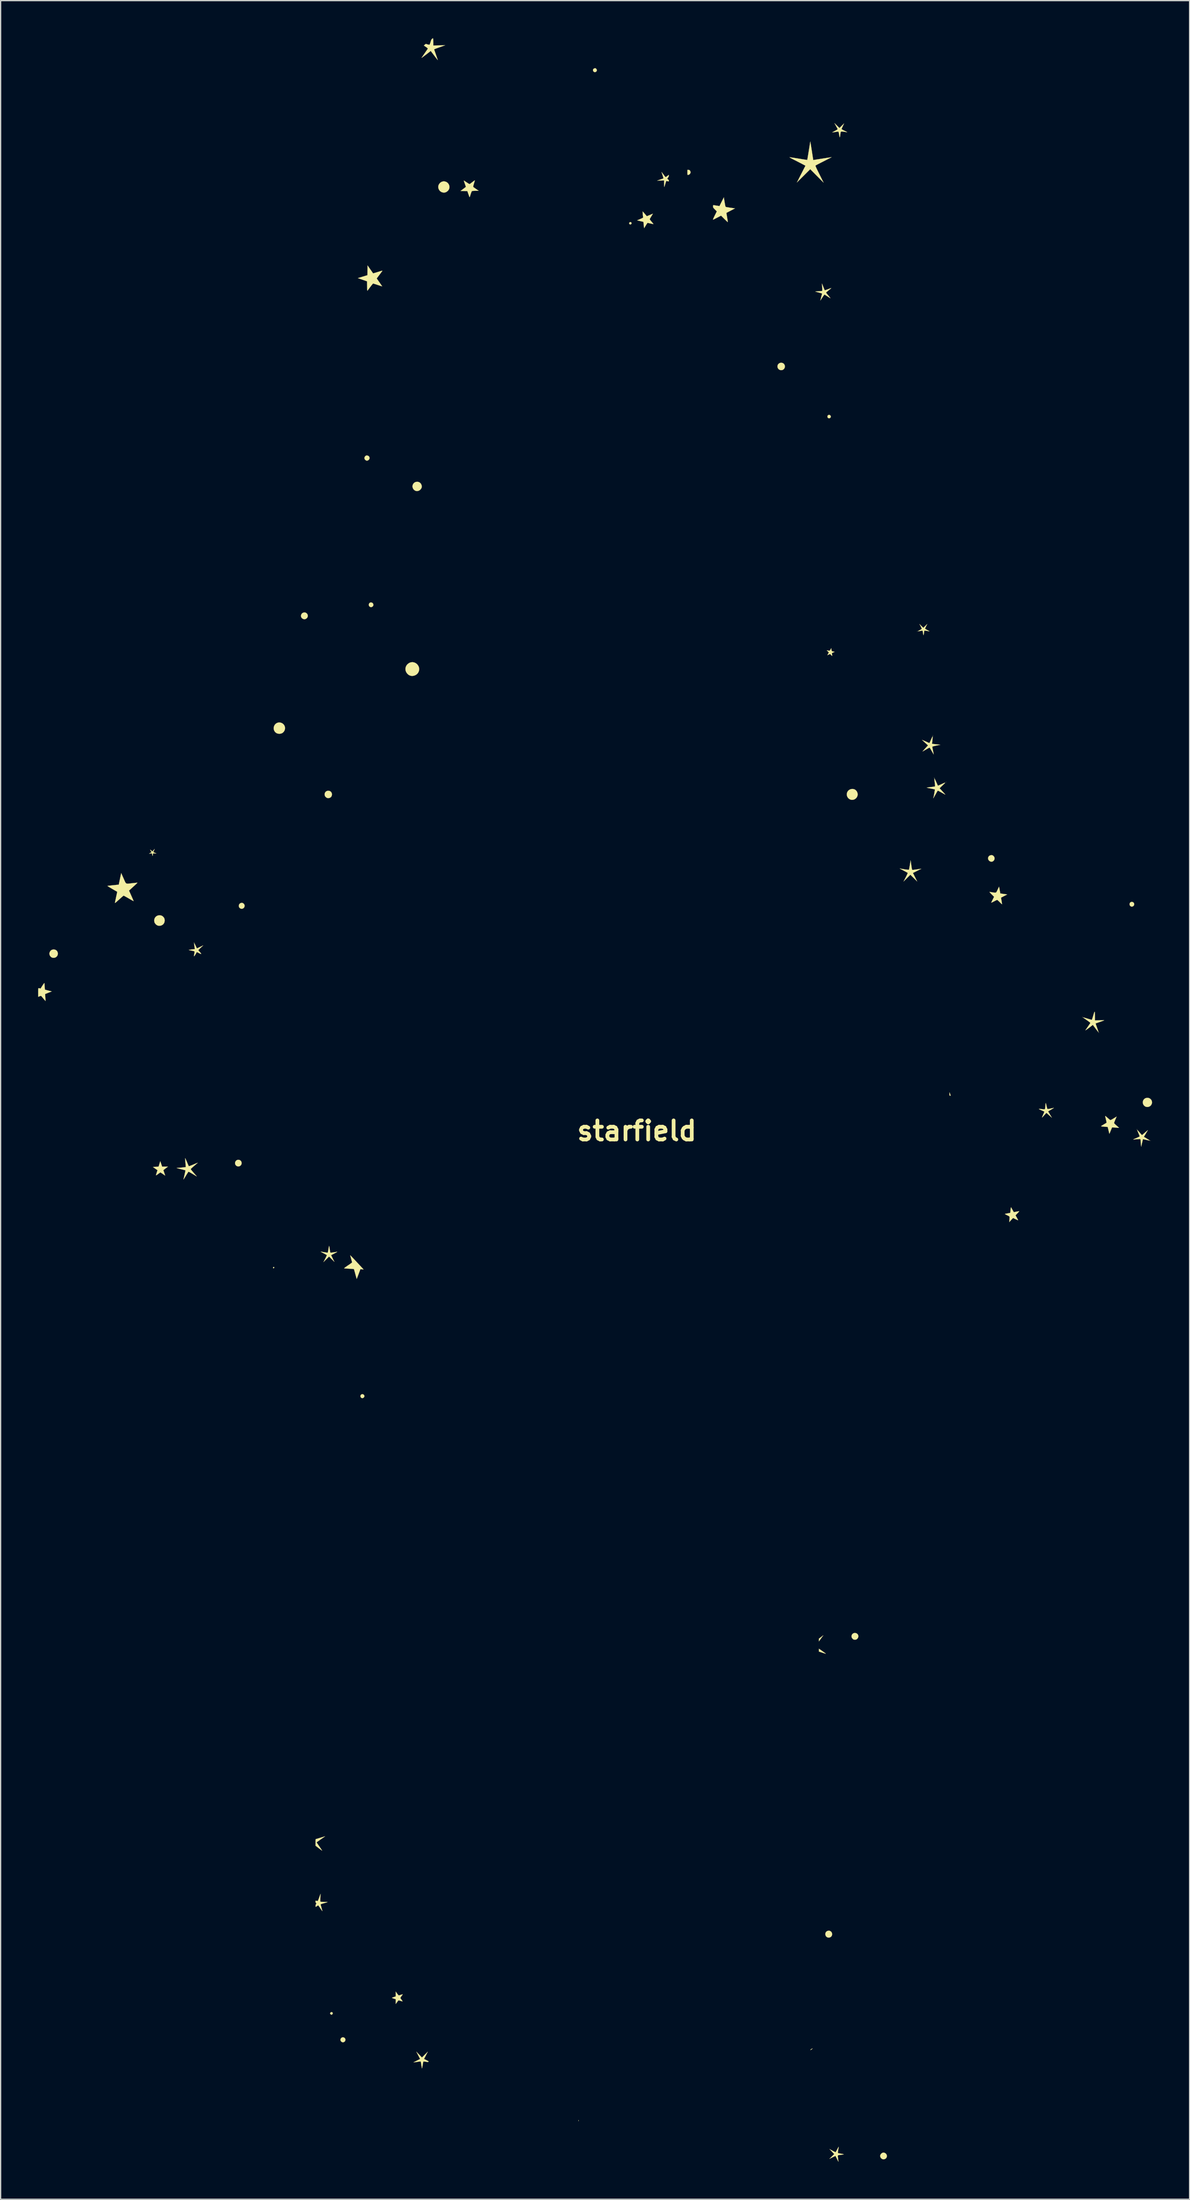
<source format=kicad_pcb>
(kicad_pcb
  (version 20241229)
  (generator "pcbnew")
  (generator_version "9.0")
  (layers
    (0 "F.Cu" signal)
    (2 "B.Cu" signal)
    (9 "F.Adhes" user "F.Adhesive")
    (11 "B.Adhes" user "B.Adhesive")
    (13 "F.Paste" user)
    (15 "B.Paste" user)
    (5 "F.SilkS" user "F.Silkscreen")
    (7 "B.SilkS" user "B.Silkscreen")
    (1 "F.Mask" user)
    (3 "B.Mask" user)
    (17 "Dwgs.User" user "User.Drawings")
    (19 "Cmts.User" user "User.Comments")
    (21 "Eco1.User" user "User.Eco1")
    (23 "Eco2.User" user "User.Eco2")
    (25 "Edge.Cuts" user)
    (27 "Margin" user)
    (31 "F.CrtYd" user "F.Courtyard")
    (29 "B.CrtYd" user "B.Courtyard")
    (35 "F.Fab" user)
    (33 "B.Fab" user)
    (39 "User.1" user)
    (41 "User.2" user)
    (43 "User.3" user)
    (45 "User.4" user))
  (footprint "starfield"
    (layer "F.Cu")
    (at 47.884 87.318)
    (property "Reference" "starfield" (at 0 0 0) (layer "F.SilkS") (effects (font (size 1.524 1.524) (thickness 0.3))))
    (attr through_hole)
    (fp_poly (pts (xy -35.412 -15.06) (xy -35.422 -15.05) (xy -35.433 -15.06) (xy -35.422 -15.071) (xy -35.412 -15.06)) (stroke (width 0.01) (type solid)) (fill yes) (layer "F.SilkS"))
    (fp_poly (pts (xy 22.437 -39.91) (xy 22.426 -39.899) (xy 22.416 -39.91) (xy 22.426 -39.92) (xy 22.437 -39.91)) (stroke (width 0.01) (type solid)) (fill yes) (layer "F.SilkS"))
    (fp_poly (pts (xy 23.686 -31.591) (xy 23.675 -31.581) (xy 23.664 -31.591) (xy 23.675 -31.602) (xy 23.686 -31.591)) (stroke (width 0.01) (type solid)) (fill yes) (layer "F.SilkS"))
    (fp_poly (pts (xy 23.791 -28.226) (xy 23.781 -28.215) (xy 23.77 -28.226) (xy 23.781 -28.236) (xy 23.791 -28.226)) (stroke (width 0.01) (type solid)) (fill yes) (layer "F.SilkS"))
    (fp_poly (pts (xy 24.744 -27.866) (xy 24.733 -27.855) (xy 24.723 -27.866) (xy 24.733 -27.877) (xy 24.744 -27.866)) (stroke (width 0.01) (type solid)) (fill yes) (layer "F.SilkS"))
    (fp_poly (pts (xy 35.645 -9.091) (xy 35.634 -9.081) (xy 35.623 -9.091) (xy 35.634 -9.102) (xy 35.645 -9.091)) (stroke (width 0.01) (type solid)) (fill yes) (layer "F.SilkS"))
    (fp_poly (pts (xy 36.957 -7.842) (xy 36.946 -7.832) (xy 36.936 -7.842) (xy 36.946 -7.853) (xy 36.957 -7.842)) (stroke (width 0.01) (type solid)) (fill yes) (layer "F.SilkS"))
    (fp_poly (pts (xy 40.005 -0.116) (xy 39.994 -0.106) (xy 39.984 -0.116) (xy 39.994 -0.127) (xy 40.005 -0.116)) (stroke (width 0.01) (type solid)) (fill yes) (layer "F.SilkS"))
    (fp_poly (pts (xy 41.084 0.794) (xy 41.074 0.804) (xy 41.063 0.794) (xy 41.074 0.783) (xy 41.084 0.794)) (stroke (width 0.01) (type solid)) (fill yes) (layer "F.SilkS"))
    (fp_poly (pts (xy 14.836 40.418) (xy 14.783 40.49) (xy 14.72 40.578) (xy 14.661 40.66) (xy 14.563 40.797) (xy 14.563 40.578) (xy 14.912 40.313) (xy 14.836 40.418)) (stroke (width 0.01) (type solid)) (fill yes) (layer "F.SilkS"))
    (fp_poly (pts (xy -4.663 79.052) (xy -4.659 79.108) (xy -4.663 79.137) (xy -4.669 79.142) (xy -4.672 79.112) (xy -4.672 79.089) (xy -4.67 79.048) (xy -4.666 79.042) (xy -4.663 79.052)) (stroke (width 0.01) (type solid)) (fill yes) (layer "F.SilkS"))
    (fp_poly (pts (xy -29.006 10.89) (xy -29.002 10.927) (xy -29.021 10.966) (xy -29.055 10.982) (xy -29.086 10.971) (xy -29.096 10.956) (xy -29.097 10.91) (xy -29.064 10.883) (xy -29.038 10.88) (xy -29.006 10.89)) (stroke (width 0.01) (type solid)) (fill yes) (layer "F.SilkS"))
    (fp_poly (pts (xy 14.055 73.33) (xy 14.04 73.347) (xy 14.001 73.381) (xy 13.97 73.406) (xy 13.918 73.443) (xy 13.892 73.453) (xy 13.885 73.44) (xy 13.903 73.411) (xy 13.947 73.377) (xy 13.97 73.364) (xy 14.02 73.34) (xy 14.051 73.329) (xy 14.055 73.33)) (stroke (width 0.01) (type solid)) (fill yes) (layer "F.SilkS"))
    (fp_poly (pts (xy -0.46 -72.605) (xy -0.427 -72.557) (xy -0.423 -72.528) (xy -0.441 -72.469) (xy -0.489 -72.436) (xy -0.519 -72.432) (xy -0.567 -72.444) (xy -0.588 -72.458) (xy -0.614 -72.508) (xy -0.608 -72.562) (xy -0.574 -72.605) (xy -0.52 -72.623) (xy -0.519 -72.623) (xy -0.46 -72.605)) (stroke (width 0.01) (type solid)) (fill yes) (layer "F.SilkS"))
    (fp_poly (pts (xy 15.456 -57.187) (xy 15.496 -57.142) (xy 15.514 -57.085) (xy 15.504 -57.024) (xy 15.473 -56.981) (xy 15.409 -56.944) (xy 15.338 -56.946) (xy 15.287 -56.971) (xy 15.25 -57.02) (xy 15.24 -57.085) (xy 15.256 -57.148) (xy 15.279 -57.178) (xy 15.34 -57.212) (xy 15.401 -57.213) (xy 15.456 -57.187)) (stroke (width 0.01) (type solid)) (fill yes) (layer "F.SilkS"))
    (fp_poly (pts (xy 25.013 -3.069) (xy 25.027 -3.032) (xy 25.048 -2.971) (xy 25.063 -2.926) (xy 25.101 -2.815) (xy 25.05 -2.815) (xy 25.022 -2.818) (xy 25.007 -2.831) (xy 25 -2.865) (xy 24.999 -2.928) (xy 25 -2.958) (xy 25.002 -3.024) (xy 25.007 -3.064) (xy 25.013 -3.071) (xy 25.013 -3.069)) (stroke (width 0.01) (type solid)) (fill yes) (layer "F.SilkS"))
    (fp_poly (pts (xy -24.385 70.427) (xy -24.342 70.456) (xy -24.321 70.507) (xy -24.32 70.516) (xy -24.336 70.565) (xy -24.371 70.609) (xy -24.413 70.632) (xy -24.42 70.633) (xy -24.452 70.621) (xy -24.492 70.593) (xy -24.526 70.558) (xy -24.529 70.519) (xy -24.521 70.493) (xy -24.487 70.444) (xy -24.437 70.423) (xy -24.385 70.427)) (stroke (width 0.01) (type solid)) (fill yes) (layer "F.SilkS"))
    (fp_poly (pts (xy 14.822 41.565) (xy 14.933 41.643) (xy 15.013 41.7) (xy 15.066 41.739) (xy 15.097 41.763) (xy 15.11 41.776) (xy 15.109 41.781) (xy 15.101 41.781) (xy 15.075 41.774) (xy 15.016 41.757) (xy 14.934 41.732) (xy 14.836 41.7) (xy 14.822 41.696) (xy 14.563 41.612) (xy 14.563 41.382) (xy 14.822 41.565)) (stroke (width 0.01) (type solid)) (fill yes) (layer "F.SilkS"))
    (fp_poly (pts (xy -21.864 21.068) (xy -21.817 21.111) (xy -21.792 21.169) (xy -21.797 21.24) (xy -21.803 21.254) (xy -21.85 21.319) (xy -21.917 21.354) (xy -21.993 21.354) (xy -22.037 21.336) (xy -22.084 21.286) (xy -22.107 21.217) (xy -22.1 21.145) (xy -22.095 21.132) (xy -22.049 21.073) (xy -21.989 21.046) (xy -21.925 21.045) (xy -21.864 21.068)) (stroke (width 0.01) (type solid)) (fill yes) (layer "F.SilkS"))
    (fp_poly (pts (xy -3.305 -84.912) (xy -3.253 -84.873) (xy -3.248 -84.869) (xy -3.205 -84.801) (xy -3.2 -84.729) (xy -3.233 -84.662) (xy -3.245 -84.649) (xy -3.313 -84.609) (xy -3.386 -84.606) (xy -3.45 -84.639) (xy -3.47 -84.659) (xy -3.509 -84.734) (xy -3.508 -84.804) (xy -3.468 -84.863) (xy -3.427 -84.89) (xy -3.359 -84.916) (xy -3.305 -84.912)) (stroke (width 0.01) (type solid)) (fill yes) (layer "F.SilkS"))
    (fp_poly (pts (xy 39.672 -18.279) (xy 39.731 -18.236) (xy 39.77 -18.171) (xy 39.781 -18.106) (xy 39.762 -18.031) (xy 39.715 -17.969) (xy 39.649 -17.928) (xy 39.575 -17.916) (xy 39.529 -17.927) (xy 39.454 -17.978) (xy 39.412 -18.051) (xy 39.405 -18.137) (xy 39.42 -18.189) (xy 39.466 -18.255) (xy 39.53 -18.29) (xy 39.601 -18.298) (xy 39.672 -18.279)) (stroke (width 0.01) (type solid)) (fill yes) (layer "F.SilkS"))
    (fp_poly (pts (xy -21.183 -42.211) (xy -21.121 -42.166) (xy -21.083 -42.104) (xy -21.07 -42.033) (xy -21.085 -41.962) (xy -21.132 -41.902) (xy -21.169 -41.877) (xy -21.231 -41.852) (xy -21.284 -41.853) (xy -21.328 -41.867) (xy -21.394 -41.912) (xy -21.431 -41.976) (xy -21.44 -42.048) (xy -21.425 -42.119) (xy -21.385 -42.179) (xy -21.324 -42.218) (xy -21.266 -42.227) (xy -21.183 -42.211)) (stroke (width 0.01) (type solid)) (fill yes) (layer "F.SilkS"))
    (fp_poly (pts (xy 4.162 -76.788) (xy 4.201 -76.78) (xy 4.238 -76.748) (xy 4.272 -76.693) (xy 4.294 -76.631) (xy 4.297 -76.604) (xy 4.278 -76.521) (xy 4.227 -76.451) (xy 4.155 -76.404) (xy 4.086 -76.391) (xy 4.066 -76.393) (xy 4.053 -76.407) (xy 4.046 -76.439) (xy 4.043 -76.498) (xy 4.043 -76.592) (xy 4.043 -76.793) (xy 4.105 -76.793) (xy 4.162 -76.788)) (stroke (width 0.01) (type solid)) (fill yes) (layer "F.SilkS"))
    (fp_poly (pts (xy -23.422 72.452) (xy -23.355 72.503) (xy -23.313 72.577) (xy -23.305 72.633) (xy -23.324 72.717) (xy -23.375 72.784) (xy -23.449 72.826) (xy -23.506 72.835) (xy -23.576 72.822) (xy -23.638 72.779) (xy -23.645 72.773) (xy -23.691 72.711) (xy -23.707 72.642) (xy -23.707 72.633) (xy -23.687 72.55) (xy -23.636 72.483) (xy -23.562 72.441) (xy -23.506 72.432) (xy -23.422 72.452)) (stroke (width 0.01) (type solid)) (fill yes) (layer "F.SilkS"))
    (fp_poly (pts (xy -31.755 2.336) (xy -31.678 2.394) (xy -31.643 2.44) (xy -31.609 2.532) (xy -31.61 2.624) (xy -31.642 2.709) (xy -31.7 2.778) (xy -31.776 2.827) (xy -31.867 2.846) (xy -31.949 2.835) (xy -32.037 2.789) (xy -32.101 2.715) (xy -32.135 2.624) (xy -32.133 2.525) (xy -32.129 2.512) (xy -32.085 2.419) (xy -32.017 2.354) (xy -31.933 2.317) (xy -31.843 2.311) (xy -31.755 2.336)) (stroke (width 0.01) (type solid)) (fill yes) (layer "F.SilkS"))
    (fp_poly (pts (xy -21.559 -53.968) (xy -21.475 -53.939) (xy -21.416 -53.885) (xy -21.384 -53.815) (xy -21.379 -53.739) (xy -21.405 -53.666) (xy -21.461 -53.605) (xy -21.496 -53.584) (xy -21.561 -53.558) (xy -21.611 -53.556) (xy -21.665 -53.579) (xy -21.688 -53.592) (xy -21.754 -53.654) (xy -21.786 -53.731) (xy -21.783 -53.814) (xy -21.743 -53.891) (xy -21.71 -53.925) (xy -21.657 -53.961) (xy -21.603 -53.972) (xy -21.559 -53.968)) (stroke (width 0.01) (type solid)) (fill yes) (layer "F.SilkS"))
    (fp_poly (pts (xy -26.57 -41.427) (xy -26.472 -41.404) (xy -26.391 -41.343) (xy -26.352 -41.29) (xy -26.317 -41.197) (xy -26.32 -41.103) (xy -26.356 -41.017) (xy -26.421 -40.945) (xy -26.512 -40.897) (xy -26.554 -40.886) (xy -26.633 -40.889) (xy -26.706 -40.914) (xy -26.789 -40.971) (xy -26.841 -41.045) (xy -26.862 -41.129) (xy -26.855 -41.215) (xy -26.822 -41.296) (xy -26.765 -41.363) (xy -26.686 -41.409) (xy -26.586 -41.427) (xy -26.57 -41.427)) (stroke (width 0.01) (type solid)) (fill yes) (layer "F.SilkS"))
    (fp_poly (pts (xy -24.569 -27.16) (xy -24.479 -27.108) (xy -24.417 -27.028) (xy -24.386 -26.923) (xy -24.384 -26.882) (xy -24.402 -26.772) (xy -24.454 -26.683) (xy -24.537 -26.621) (xy -24.538 -26.621) (xy -24.648 -26.589) (xy -24.753 -26.597) (xy -24.823 -26.628) (xy -24.906 -26.698) (xy -24.955 -26.783) (xy -24.973 -26.875) (xy -24.963 -26.967) (xy -24.925 -27.051) (xy -24.863 -27.119) (xy -24.777 -27.164) (xy -24.682 -27.178) (xy -24.569 -27.16)) (stroke (width 0.01) (type solid)) (fill yes) (layer "F.SilkS"))
    (fp_poly (pts (xy 11.651 -61.363) (xy 11.737 -61.314) (xy 11.785 -61.262) (xy 11.832 -61.164) (xy 11.842 -61.065) (xy 11.82 -60.971) (xy 11.771 -60.889) (xy 11.699 -60.827) (xy 11.609 -60.79) (xy 11.504 -60.787) (xy 11.482 -60.791) (xy 11.383 -60.831) (xy 11.307 -60.9) (xy 11.26 -60.988) (xy 11.243 -61.087) (xy 11.262 -61.189) (xy 11.293 -61.249) (xy 11.364 -61.324) (xy 11.454 -61.368) (xy 11.553 -61.381) (xy 11.651 -61.363)) (stroke (width 0.01) (type solid)) (fill yes) (layer "F.SilkS"))
    (fp_poly (pts (xy 15.408 63.922) (xy 15.45 63.936) (xy 15.533 63.988) (xy 15.588 64.063) (xy 15.616 64.151) (xy 15.616 64.243) (xy 15.587 64.329) (xy 15.53 64.401) (xy 15.462 64.443) (xy 15.37 64.47) (xy 15.284 64.463) (xy 15.225 64.442) (xy 15.15 64.389) (xy 15.097 64.307) (xy 15.072 64.21) (xy 15.071 64.187) (xy 15.089 64.087) (xy 15.14 64.005) (xy 15.216 63.947) (xy 15.308 63.918) (xy 15.408 63.922)) (stroke (width 0.01) (type solid)) (fill yes) (layer "F.SilkS"))
    (fp_poly (pts (xy 28.429 -22.026) (xy 28.487 -21.997) (xy 28.524 -21.966) (xy 28.585 -21.887) (xy 28.611 -21.803) (xy 28.607 -21.719) (xy 28.576 -21.641) (xy 28.525 -21.576) (xy 28.457 -21.529) (xy 28.377 -21.507) (xy 28.29 -21.517) (xy 28.213 -21.554) (xy 28.137 -21.626) (xy 28.096 -21.71) (xy 28.088 -21.798) (xy 28.11 -21.882) (xy 28.16 -21.954) (xy 28.235 -22.008) (xy 28.333 -22.033) (xy 28.362 -22.035) (xy 28.429 -22.026)) (stroke (width 0.01) (type solid)) (fill yes) (layer "F.SilkS"))
    (fp_poly (pts (xy -31.546 -18.215) (xy -31.495 -18.191) (xy -31.439 -18.149) (xy -31.43 -18.14) (xy -31.383 -18.066) (xy -31.369 -17.981) (xy -31.386 -17.895) (xy -31.432 -17.821) (xy -31.504 -17.769) (xy -31.507 -17.768) (xy -31.572 -17.745) (xy -31.622 -17.742) (xy -31.679 -17.759) (xy -31.7 -17.768) (xy -31.778 -17.821) (xy -31.823 -17.899) (xy -31.835 -17.987) (xy -31.816 -18.078) (xy -31.765 -18.152) (xy -31.691 -18.202) (xy -31.604 -18.222) (xy -31.546 -18.215)) (stroke (width 0.01) (type solid)) (fill yes) (layer "F.SilkS"))
    (fp_poly (pts (xy 19.771 81.652) (xy 19.837 81.677) (xy 19.92 81.733) (xy 19.973 81.809) (xy 19.997 81.896) (xy 19.991 81.986) (xy 19.956 82.068) (xy 19.891 82.134) (xy 19.843 82.16) (xy 19.752 82.187) (xy 19.671 82.181) (xy 19.601 82.151) (xy 19.527 82.091) (xy 19.477 82.01) (xy 19.458 81.921) (xy 19.461 81.883) (xy 19.498 81.79) (xy 19.566 81.712) (xy 19.653 81.662) (xy 19.662 81.659) (xy 19.72 81.647) (xy 19.771 81.652)) (stroke (width 0.01) (type solid)) (fill yes) (layer "F.SilkS"))
    (fp_poly (pts (xy -46.598 -14.494) (xy -46.485 -14.462) (xy -46.396 -14.397) (xy -46.335 -14.306) (xy -46.306 -14.192) (xy -46.305 -14.159) (xy -46.323 -14.049) (xy -46.375 -13.955) (xy -46.452 -13.883) (xy -46.547 -13.838) (xy -46.653 -13.823) (xy -46.762 -13.843) (xy -46.795 -13.857) (xy -46.885 -13.923) (xy -46.949 -14.013) (xy -46.981 -14.116) (xy -46.977 -14.224) (xy -46.972 -14.244) (xy -46.919 -14.357) (xy -46.839 -14.438) (xy -46.737 -14.485) (xy -46.616 -14.496) (xy -46.598 -14.494)) (stroke (width 0.01) (type solid)) (fill yes) (layer "F.SilkS"))
    (fp_poly (pts (xy -17.443 -51.849) (xy -17.348 -51.797) (xy -17.271 -51.716) (xy -17.255 -51.689) (xy -17.207 -51.567) (xy -17.2 -51.451) (xy -17.235 -51.343) (xy -17.312 -51.242) (xy -17.414 -51.166) (xy -17.527 -51.128) (xy -17.644 -51.13) (xy -17.679 -51.138) (xy -17.785 -51.192) (xy -17.871 -51.278) (xy -17.905 -51.336) (xy -17.943 -51.451) (xy -17.94 -51.564) (xy -17.908 -51.661) (xy -17.844 -51.757) (xy -17.758 -51.823) (xy -17.656 -51.861) (xy -17.549 -51.87) (xy -17.443 -51.849)) (stroke (width 0.01) (type solid)) (fill yes) (layer "F.SilkS"))
    (fp_poly (pts (xy 17.536 40.139) (xy 17.619 40.185) (xy 17.679 40.253) (xy 17.711 40.336) (xy 17.714 40.427) (xy 17.683 40.517) (xy 17.624 40.592) (xy 17.568 40.636) (xy 17.516 40.656) (xy 17.444 40.661) (xy 17.441 40.661) (xy 17.369 40.656) (xy 17.316 40.637) (xy 17.261 40.594) (xy 17.26 40.592) (xy 17.197 40.511) (xy 17.17 40.421) (xy 17.175 40.33) (xy 17.21 40.246) (xy 17.271 40.179) (xy 17.355 40.135) (xy 17.432 40.123) (xy 17.536 40.139)) (stroke (width 0.01) (type solid)) (fill yes) (layer "F.SilkS"))
    (fp_poly (pts (xy 40.9 -2.636) (xy 41.003 -2.601) (xy 41.091 -2.539) (xy 41.157 -2.455) (xy 41.196 -2.354) (xy 41.202 -2.24) (xy 41.191 -2.181) (xy 41.141 -2.072) (xy 41.063 -1.987) (xy 40.965 -1.931) (xy 40.854 -1.906) (xy 40.739 -1.916) (xy 40.658 -1.948) (xy 40.565 -2.018) (xy 40.502 -2.109) (xy 40.469 -2.212) (xy 40.466 -2.319) (xy 40.493 -2.423) (xy 40.549 -2.515) (xy 40.635 -2.588) (xy 40.67 -2.606) (xy 40.787 -2.639) (xy 40.9 -2.636)) (stroke (width 0.01) (type solid)) (fill yes) (layer "F.SilkS"))
    (fp_poly (pts (xy -28.44 -32.607) (xy -28.333 -32.552) (xy -28.242 -32.471) (xy -28.175 -32.365) (xy -28.139 -32.244) (xy -28.14 -32.117) (xy -28.177 -31.994) (xy -28.245 -31.885) (xy -28.339 -31.8) (xy -28.394 -31.769) (xy -28.511 -31.736) (xy -28.64 -31.732) (xy -28.763 -31.757) (xy -28.805 -31.775) (xy -28.91 -31.848) (xy -28.986 -31.946) (xy -29.032 -32.059) (xy -29.046 -32.182) (xy -29.028 -32.305) (xy -28.976 -32.422) (xy -28.9 -32.516) (xy -28.794 -32.591) (xy -28.677 -32.629) (xy -28.557 -32.634) (xy -28.44 -32.607)) (stroke (width 0.01) (type solid)) (fill yes) (layer "F.SilkS"))
    (fp_poly (pts (xy -15.248 -75.834) (xy -15.139 -75.762) (xy -15.055 -75.663) (xy -15.004 -75.542) (xy -14.993 -75.477) (xy -14.993 -75.347) (xy -15.028 -75.236) (xy -15.099 -75.135) (xy -15.121 -75.112) (xy -15.233 -75.026) (xy -15.355 -74.982) (xy -15.483 -74.978) (xy -15.615 -75.016) (xy -15.636 -75.026) (xy -15.747 -75.104) (xy -15.828 -75.211) (xy -15.876 -75.336) (xy -15.886 -75.458) (xy -15.86 -75.575) (xy -15.802 -75.681) (xy -15.72 -75.771) (xy -15.618 -75.836) (xy -15.502 -75.872) (xy -15.379 -75.873) (xy -15.248 -75.834)) (stroke (width 0.01) (type solid)) (fill yes) (layer "F.SilkS"))
    (fp_poly (pts (xy -38.052 -17.214) (xy -37.946 -17.163) (xy -37.874 -17.1) (xy -37.808 -17.015) (xy -37.773 -16.925) (xy -37.761 -16.814) (xy -37.761 -16.804) (xy -37.78 -16.675) (xy -37.833 -16.565) (xy -37.914 -16.478) (xy -38.017 -16.418) (xy -38.136 -16.389) (xy -38.267 -16.394) (xy -38.332 -16.411) (xy -38.42 -16.458) (xy -38.501 -16.534) (xy -38.563 -16.627) (xy -38.586 -16.685) (xy -38.603 -16.817) (xy -38.583 -16.94) (xy -38.529 -17.049) (xy -38.447 -17.137) (xy -38.341 -17.198) (xy -38.215 -17.228) (xy -38.179 -17.229) (xy -38.052 -17.214)) (stroke (width 0.01) (type solid)) (fill yes) (layer "F.SilkS"))
    (fp_poly (pts (xy 17.314 -27.318) (xy 17.42 -27.284) (xy 17.515 -27.22) (xy 17.593 -27.123) (xy 17.61 -27.093) (xy 17.655 -26.971) (xy 17.661 -26.851) (xy 17.643 -26.764) (xy 17.589 -26.65) (xy 17.505 -26.556) (xy 17.401 -26.489) (xy 17.283 -26.453) (xy 17.16 -26.452) (xy 17.131 -26.457) (xy 17.006 -26.507) (xy 16.904 -26.589) (xy 16.832 -26.696) (xy 16.794 -26.822) (xy 16.79 -26.855) (xy 16.799 -26.984) (xy 16.84 -27.095) (xy 16.907 -27.186) (xy 16.994 -27.255) (xy 17.095 -27.302) (xy 17.204 -27.323) (xy 17.314 -27.318)) (stroke (width 0.01) (type solid)) (fill yes) (layer "F.SilkS"))
    (fp_poly (pts (xy -17.797 -37.429) (xy -17.667 -37.366) (xy -17.561 -37.276) (xy -17.473 -37.155) (xy -17.423 -37.025) (xy -17.408 -36.891) (xy -17.426 -36.761) (xy -17.475 -36.639) (xy -17.552 -36.532) (xy -17.657 -36.445) (xy -17.785 -36.383) (xy -17.907 -36.357) (xy -17.987 -36.354) (xy -18.067 -36.362) (xy -18.082 -36.365) (xy -18.186 -36.4) (xy -18.273 -36.452) (xy -18.358 -36.531) (xy -18.366 -36.539) (xy -18.451 -36.661) (xy -18.499 -36.795) (xy -18.51 -36.933) (xy -18.483 -37.071) (xy -18.42 -37.2) (xy -18.333 -37.301) (xy -18.209 -37.391) (xy -18.075 -37.442) (xy -17.935 -37.455) (xy -17.797 -37.429)) (stroke (width 0.01) (type solid)) (fill yes) (layer "F.SilkS"))
    (fp_poly (pts (xy 15.563 -38.459) (xy 15.574 -38.395) (xy 15.583 -38.35) (xy 15.588 -38.338) (xy 15.612 -38.329) (xy 15.664 -38.315) (xy 15.707 -38.304) (xy 15.818 -38.28) (xy 15.598 -38.176) (xy 15.612 -38.064) (xy 15.618 -38.002) (xy 15.618 -37.961) (xy 15.615 -37.952) (xy 15.596 -37.966) (xy 15.559 -38.003) (xy 15.531 -38.034) (xy 15.482 -38.083) (xy 15.447 -38.101) (xy 15.422 -38.096) (xy 15.38 -38.075) (xy 15.322 -38.049) (xy 15.312 -38.045) (xy 15.236 -38.013) (xy 15.296 -38.119) (xy 15.356 -38.226) (xy 15.271 -38.314) (xy 15.187 -38.401) (xy 15.272 -38.387) (xy 15.335 -38.375) (xy 15.385 -38.364) (xy 15.392 -38.363) (xy 15.42 -38.369) (xy 15.454 -38.407) (xy 15.487 -38.462) (xy 15.547 -38.573) (xy 15.563 -38.459)) (stroke (width 0.01) (type solid)) (fill yes) (layer "F.SilkS"))
    (fp_poly (pts (xy -38.619 -22.408) (xy -38.646 -22.343) (xy -38.663 -22.295) (xy -38.666 -22.276) (xy -38.644 -22.264) (xy -38.595 -22.241) (xy -38.544 -22.218) (xy -38.429 -22.167) (xy -38.566 -22.17) (xy -38.703 -22.172) (xy -38.714 -22.056) (xy -38.722 -21.992) (xy -38.731 -21.97) (xy -38.739 -21.982) (xy -38.753 -22.031) (xy -38.767 -22.095) (xy -38.768 -22.105) (xy -38.776 -22.144) (xy -38.786 -22.167) (xy -38.809 -22.177) (xy -38.851 -22.175) (xy -38.921 -22.162) (xy -38.989 -22.148) (xy -39.004 -22.15) (xy -38.982 -22.17) (xy -38.929 -22.203) (xy -38.817 -22.27) (xy -38.871 -22.362) (xy -38.909 -22.43) (xy -38.922 -22.464) (xy -38.909 -22.465) (xy -38.871 -22.434) (xy -38.839 -22.404) (xy -38.752 -22.32) (xy -38.658 -22.426) (xy -38.564 -22.532) (xy -38.619 -22.408)) (stroke (width 0.01) (type solid)) (fill yes) (layer "F.SilkS"))
    (fp_poly (pts (xy -38.042 2.641) (xy -37.969 2.857) (xy -37.501 2.857) (xy -37.684 2.996) (xy -37.758 3.052) (xy -37.818 3.099) (xy -37.856 3.13) (xy -37.867 3.14) (xy -37.861 3.161) (xy -37.844 3.214) (xy -37.819 3.29) (xy -37.794 3.361) (xy -37.722 3.577) (xy -37.904 3.45) (xy -37.981 3.398) (xy -38.046 3.356) (xy -38.09 3.329) (xy -38.105 3.323) (xy -38.129 3.335) (xy -38.178 3.368) (xy -38.244 3.415) (xy -38.292 3.451) (xy -38.362 3.502) (xy -38.417 3.538) (xy -38.452 3.554) (xy -38.459 3.552) (xy -38.453 3.52) (xy -38.437 3.459) (xy -38.413 3.379) (xy -38.399 3.334) (xy -38.339 3.143) (xy -38.521 3.016) (xy -38.703 2.889) (xy -38.608 2.884) (xy -38.532 2.879) (xy -38.439 2.872) (xy -38.382 2.867) (xy -38.25 2.854) (xy -38.183 2.639) (xy -38.115 2.424) (xy -38.042 2.641)) (stroke (width 0.01) (type solid)) (fill yes) (layer "F.SilkS"))
    (fp_poly (pts (xy -24.951 56.389) (xy -24.997 56.421) (xy -25.068 56.47) (xy -25.157 56.532) (xy -25.26 56.603) (xy -25.272 56.611) (xy -25.377 56.684) (xy -25.468 56.749) (xy -25.541 56.802) (xy -25.59 56.839) (xy -25.61 56.857) (xy -25.611 56.858) (xy -25.599 56.879) (xy -25.567 56.929) (xy -25.518 57.002) (xy -25.457 57.093) (xy -25.387 57.193) (xy -25.317 57.294) (xy -25.256 57.383) (xy -25.209 57.454) (xy -25.179 57.501) (xy -25.17 57.519) (xy -25.189 57.51) (xy -25.234 57.478) (xy -25.302 57.429) (xy -25.385 57.366) (xy -25.437 57.327) (xy -25.696 57.127) (xy -25.696 56.863) (xy -25.695 56.763) (xy -25.692 56.68) (xy -25.687 56.623) (xy -25.681 56.599) (xy -25.68 56.599) (xy -25.656 56.593) (xy -25.598 56.576) (xy -25.513 56.551) (xy -25.408 56.519) (xy -25.299 56.485) (xy -25.183 56.45) (xy -25.082 56.419) (xy -25.003 56.395) (xy -24.951 56.38) (xy -24.934 56.376) (xy -24.951 56.389)) (stroke (width 0.01) (type solid)) (fill yes) (layer "F.SilkS"))
    (fp_poly (pts (xy -19.176 68.936) (xy -19.125 69.004) (xy -19.08 69.056) (xy -19.049 69.085) (xy -19.042 69.088) (xy -19.01 69.082) (xy -18.95 69.064) (xy -18.874 69.04) (xy -18.863 69.036) (xy -18.789 69.013) (xy -18.74 69.003) (xy -18.724 69.008) (xy -18.725 69.01) (xy -18.745 69.038) (xy -18.782 69.09) (xy -18.83 69.153) (xy -18.833 69.157) (xy -18.881 69.227) (xy -18.908 69.279) (xy -18.91 69.305) (xy -18.89 69.335) (xy -18.853 69.387) (xy -18.811 69.444) (xy -18.771 69.503) (xy -18.744 69.546) (xy -18.738 69.566) (xy -18.76 69.564) (xy -18.813 69.55) (xy -18.884 69.528) (xy -18.902 69.522) (xy -18.978 69.499) (xy -19.037 69.485) (xy -19.07 69.483) (xy -19.072 69.485) (xy -19.091 69.509) (xy -19.127 69.557) (xy -19.173 69.622) (xy -19.185 69.637) (xy -19.283 69.774) (xy -19.283 69.392) (xy -19.442 69.342) (xy -19.514 69.317) (xy -19.565 69.295) (xy -19.586 69.28) (xy -19.585 69.277) (xy -19.558 69.264) (xy -19.502 69.242) (xy -19.43 69.217) (xy -19.426 69.216) (xy -19.283 69.169) (xy -19.283 68.783) (xy -19.176 68.936)) (stroke (width 0.01) (type solid)) (fill yes) (layer "F.SilkS"))
    (fp_poly (pts (xy -16.87 73.876) (xy -17.021 74.167) (xy -16.839 74.257) (xy -16.762 74.297) (xy -16.701 74.33) (xy -16.665 74.352) (xy -16.658 74.358) (xy -16.666 74.388) (xy -16.691 74.404) (xy -16.739 74.408) (xy -16.818 74.399) (xy -16.879 74.389) (xy -16.962 74.375) (xy -17.029 74.367) (xy -17.069 74.365) (xy -17.075 74.366) (xy -17.082 74.39) (xy -17.094 74.447) (xy -17.109 74.531) (xy -17.126 74.633) (xy -17.132 74.669) (xy -17.153 74.792) (xy -17.17 74.873) (xy -17.183 74.913) (xy -17.192 74.91) (xy -17.192 74.909) (xy -17.2 74.867) (xy -17.213 74.794) (xy -17.228 74.701) (xy -17.241 74.612) (xy -17.256 74.516) (xy -17.269 74.437) (xy -17.278 74.383) (xy -17.283 74.363) (xy -17.304 74.364) (xy -17.359 74.371) (xy -17.441 74.382) (xy -17.541 74.397) (xy -17.564 74.4) (xy -17.668 74.416) (xy -17.757 74.429) (xy -17.822 74.438) (xy -17.856 74.442) (xy -17.858 74.442) (xy -17.847 74.433) (xy -17.803 74.408) (xy -17.735 74.371) (xy -17.646 74.325) (xy -17.606 74.305) (xy -17.336 74.168) (xy -17.635 73.586) (xy -17.411 73.818) (xy -17.187 74.051) (xy -16.954 73.818) (xy -16.72 73.586) (xy -16.87 73.876)) (stroke (width 0.01) (type solid)) (fill yes) (layer "F.SilkS"))
    (fp_poly (pts (xy 29.928 6.117) (xy 29.955 6.156) (xy 29.993 6.221) (xy 30.033 6.293) (xy 30.078 6.375) (xy 30.116 6.442) (xy 30.142 6.485) (xy 30.151 6.498) (xy 30.173 6.494) (xy 30.228 6.483) (xy 30.305 6.468) (xy 30.365 6.456) (xy 30.453 6.439) (xy 30.524 6.427) (xy 30.57 6.422) (xy 30.581 6.423) (xy 30.572 6.442) (xy 30.538 6.483) (xy 30.486 6.541) (xy 30.438 6.591) (xy 30.285 6.749) (xy 30.395 6.943) (xy 30.439 7.024) (xy 30.473 7.089) (xy 30.493 7.132) (xy 30.497 7.145) (xy 30.476 7.139) (xy 30.425 7.119) (xy 30.353 7.086) (xy 30.29 7.057) (xy 30.09 6.962) (xy 29.935 7.127) (xy 29.78 7.292) (xy 29.796 7.133) (xy 29.807 7.018) (xy 29.813 6.937) (xy 29.808 6.881) (xy 29.79 6.842) (xy 29.754 6.812) (xy 29.696 6.781) (xy 29.616 6.744) (xy 29.536 6.704) (xy 29.476 6.671) (xy 29.441 6.648) (xy 29.436 6.641) (xy 29.463 6.633) (xy 29.522 6.619) (xy 29.603 6.603) (xy 29.658 6.593) (xy 29.862 6.555) (xy 29.887 6.341) (xy 29.898 6.249) (xy 29.907 6.173) (xy 29.914 6.122) (xy 29.917 6.107) (xy 29.928 6.117)) (stroke (width 0.01) (type solid)) (fill yes) (layer "F.SilkS"))
    (fp_poly (pts (xy -47.384 -11.809) (xy -47.379 -11.777) (xy -47.373 -11.712) (xy -47.366 -11.625) (xy -47.361 -11.536) (xy -47.355 -11.439) (xy -47.348 -11.36) (xy -47.343 -11.305) (xy -47.339 -11.285) (xy -47.317 -11.278) (xy -47.261 -11.262) (xy -47.181 -11.24) (xy -47.082 -11.215) (xy -47.063 -11.21) (xy -46.795 -11.143) (xy -47.056 -11.04) (xy -47.153 -11.002) (xy -47.235 -10.969) (xy -47.293 -10.946) (xy -47.321 -10.934) (xy -47.323 -10.933) (xy -47.323 -10.912) (xy -47.321 -10.857) (xy -47.316 -10.775) (xy -47.31 -10.676) (xy -47.308 -10.657) (xy -47.301 -10.554) (xy -47.296 -10.468) (xy -47.294 -10.407) (xy -47.294 -10.379) (xy -47.294 -10.378) (xy -47.309 -10.391) (xy -47.345 -10.431) (xy -47.397 -10.492) (xy -47.46 -10.567) (xy -47.465 -10.574) (xy -47.53 -10.652) (xy -47.586 -10.718) (xy -47.627 -10.764) (xy -47.647 -10.785) (xy -47.648 -10.785) (xy -47.675 -10.784) (xy -47.728 -10.769) (xy -47.772 -10.753) (xy -47.879 -10.711) (xy -47.879 -11.06) (xy -47.879 -11.192) (xy -47.877 -11.287) (xy -47.872 -11.351) (xy -47.862 -11.388) (xy -47.844 -11.404) (xy -47.817 -11.405) (xy -47.779 -11.395) (xy -47.758 -11.389) (xy -47.69 -11.37) (xy -47.542 -11.604) (xy -47.485 -11.691) (xy -47.437 -11.757) (xy -47.403 -11.799) (xy -47.385 -11.811) (xy -47.384 -11.809)) (stroke (width 0.01) (type solid)) (fill yes) (layer "F.SilkS"))
    (fp_poly (pts (xy 23.137 -40.328) (xy 23.099 -40.249) (xy 23.069 -40.184) (xy 23.053 -40.142) (xy 23.05 -40.133) (xy 23.068 -40.115) (xy 23.116 -40.083) (xy 23.185 -40.043) (xy 23.236 -40.017) (xy 23.311 -39.977) (xy 23.368 -39.946) (xy 23.398 -39.926) (xy 23.4 -39.922) (xy 23.371 -39.925) (xy 23.31 -39.933) (xy 23.23 -39.946) (xy 23.189 -39.952) (xy 23.106 -39.965) (xy 23.04 -39.974) (xy 23.001 -39.978) (xy 22.995 -39.978) (xy 22.99 -39.956) (xy 22.981 -39.902) (xy 22.969 -39.825) (xy 22.961 -39.772) (xy 22.946 -39.684) (xy 22.933 -39.628) (xy 22.923 -39.608) (xy 22.918 -39.613) (xy 22.909 -39.654) (xy 22.896 -39.723) (xy 22.882 -39.806) (xy 22.88 -39.819) (xy 22.866 -39.901) (xy 22.854 -39.949) (xy 22.84 -39.971) (xy 22.82 -39.975) (xy 22.81 -39.974) (xy 22.738 -39.959) (xy 22.656 -39.945) (xy 22.576 -39.932) (xy 22.513 -39.924) (xy 22.48 -39.921) (xy 22.483 -39.93) (xy 22.516 -39.954) (xy 22.575 -39.987) (xy 22.61 -40.006) (xy 22.685 -40.046) (xy 22.745 -40.081) (xy 22.781 -40.106) (xy 22.786 -40.111) (xy 22.782 -40.138) (xy 22.761 -40.192) (xy 22.727 -40.266) (xy 22.7 -40.318) (xy 22.601 -40.502) (xy 22.757 -40.349) (xy 22.914 -40.196) (xy 23.069 -40.349) (xy 23.224 -40.502) (xy 23.137 -40.328)) (stroke (width 0.01) (type solid)) (fill yes) (layer "F.SilkS"))
    (fp_poly (pts (xy 21.949 -21.241) (xy 21.969 -21.105) (xy 21.985 -21.005) (xy 21.998 -20.936) (xy 22.01 -20.892) (xy 22.022 -20.867) (xy 22.036 -20.856) (xy 22.045 -20.854) (xy 22.08 -20.855) (xy 22.148 -20.862) (xy 22.242 -20.874) (xy 22.352 -20.889) (xy 22.416 -20.899) (xy 22.528 -20.916) (xy 22.624 -20.93) (xy 22.697 -20.941) (xy 22.74 -20.946) (xy 22.748 -20.946) (xy 22.732 -20.936) (xy 22.683 -20.91) (xy 22.608 -20.872) (xy 22.514 -20.824) (xy 22.416 -20.776) (xy 22.08 -20.609) (xy 22.25 -20.269) (xy 22.419 -19.928) (xy 22.147 -20.198) (xy 21.875 -20.468) (xy 21.604 -20.198) (xy 21.333 -19.928) (xy 21.506 -20.263) (xy 21.563 -20.376) (xy 21.61 -20.473) (xy 21.643 -20.55) (xy 21.66 -20.6) (xy 21.661 -20.616) (xy 21.637 -20.632) (xy 21.582 -20.663) (xy 21.503 -20.707) (xy 21.405 -20.759) (xy 21.315 -20.807) (xy 21.212 -20.861) (xy 21.127 -20.907) (xy 21.065 -20.942) (xy 21.031 -20.964) (xy 21.029 -20.968) (xy 21.099 -20.953) (xy 21.19 -20.936) (xy 21.296 -20.918) (xy 21.406 -20.901) (xy 21.514 -20.885) (xy 21.612 -20.872) (xy 21.69 -20.864) (xy 21.742 -20.861) (xy 21.758 -20.862) (xy 21.767 -20.888) (xy 21.78 -20.949) (xy 21.798 -21.038) (xy 21.817 -21.146) (xy 21.835 -21.251) (xy 21.895 -21.622) (xy 21.949 -21.241)) (stroke (width 0.01) (type solid)) (fill yes) (layer "F.SilkS"))
    (fp_poly (pts (xy -22.909 9.955) (xy -22.87 9.994) (xy -22.808 10.058) (xy -22.727 10.142) (xy -22.63 10.244) (xy -22.52 10.361) (xy -22.401 10.488) (xy -22.275 10.622) (xy -22.146 10.761) (xy -22.016 10.901) (xy -21.93 10.994) (xy -21.855 11.076) (xy -21.982 11.063) (xy -22.109 11.051) (xy -22.255 11.442) (xy -22.3 11.561) (xy -22.339 11.666) (xy -22.372 11.75) (xy -22.394 11.807) (xy -22.405 11.832) (xy -22.405 11.832) (xy -22.412 11.813) (xy -22.427 11.759) (xy -22.451 11.677) (xy -22.479 11.573) (xy -22.512 11.453) (xy -22.513 11.449) (xy -22.546 11.328) (xy -22.576 11.22) (xy -22.601 11.133) (xy -22.619 11.074) (xy -22.627 11.049) (xy -22.628 11.049) (xy -22.651 11.042) (xy -22.71 11.035) (xy -22.797 11.027) (xy -22.906 11.021) (xy -23.009 11.016) (xy -23.131 11.01) (xy -23.239 11.004) (xy -23.327 10.997) (xy -23.385 10.991) (xy -23.407 10.986) (xy -23.401 10.97) (xy -23.359 10.932) (xy -23.283 10.876) (xy -23.174 10.8) (xy -23.105 10.754) (xy -23.001 10.685) (xy -22.911 10.622) (xy -22.839 10.569) (xy -22.792 10.531) (xy -22.776 10.513) (xy -22.781 10.484) (xy -22.796 10.423) (xy -22.818 10.338) (xy -22.845 10.239) (xy -22.849 10.223) (xy -22.877 10.123) (xy -22.9 10.038) (xy -22.916 9.976) (xy -22.923 9.945) (xy -22.923 9.944) (xy -22.909 9.955)) (stroke (width 0.01) (type solid)) (fill yes) (layer "F.SilkS"))
    (fp_poly (pts (xy -21.317 -68.842) (xy -21.247 -68.742) (xy -21.185 -68.654) (xy -21.137 -68.584) (xy -21.105 -68.539) (xy -21.094 -68.523) (xy -21.074 -68.527) (xy -21.021 -68.542) (xy -20.943 -68.565) (xy -20.847 -68.594) (xy -20.827 -68.6) (xy -20.674 -68.647) (xy -20.557 -68.682) (xy -20.472 -68.708) (xy -20.413 -68.724) (xy -20.376 -68.733) (xy -20.357 -68.735) (xy -20.351 -68.731) (xy -20.354 -68.723) (xy -20.355 -68.722) (xy -20.372 -68.697) (xy -20.411 -68.645) (xy -20.465 -68.571) (xy -20.532 -68.482) (xy -20.589 -68.406) (xy -20.807 -68.116) (xy -20.586 -67.803) (xy -20.516 -67.703) (xy -20.456 -67.616) (xy -20.409 -67.547) (xy -20.379 -67.501) (xy -20.371 -67.485) (xy -20.391 -67.49) (xy -20.446 -67.506) (xy -20.527 -67.532) (xy -20.628 -67.565) (xy -20.723 -67.596) (xy -20.838 -67.634) (xy -20.939 -67.667) (xy -21.02 -67.692) (xy -21.074 -67.708) (xy -21.093 -67.712) (xy -21.112 -67.696) (xy -21.152 -67.651) (xy -21.207 -67.584) (xy -21.273 -67.5) (xy -21.315 -67.444) (xy -21.386 -67.35) (xy -21.449 -67.265) (xy -21.499 -67.198) (xy -21.532 -67.154) (xy -21.541 -67.142) (xy -21.551 -67.138) (xy -21.558 -67.156) (xy -21.564 -67.201) (xy -21.568 -67.276) (xy -21.571 -67.386) (xy -21.573 -67.498) (xy -21.579 -67.888) (xy -22.314 -68.143) (xy -21.549 -68.377) (xy -21.543 -68.767) (xy -21.537 -69.157) (xy -21.317 -68.842)) (stroke (width 0.01) (type solid)) (fill yes) (layer "F.SilkS"))
    (fp_poly (pts (xy 1.989 -76.607) (xy 2.023 -76.564) (xy 2.073 -76.499) (xy 2.132 -76.42) (xy 2.138 -76.412) (xy 2.204 -76.324) (xy 2.251 -76.265) (xy 2.283 -76.232) (xy 2.306 -76.219) (xy 2.325 -76.222) (xy 2.332 -76.227) (xy 2.37 -76.254) (xy 2.427 -76.295) (xy 2.465 -76.323) (xy 2.561 -76.393) (xy 2.561 -76.331) (xy 2.548 -76.275) (xy 2.513 -76.206) (xy 2.495 -76.178) (xy 2.429 -76.087) (xy 2.495 -76.032) (xy 2.548 -75.973) (xy 2.561 -75.919) (xy 2.557 -75.878) (xy 2.535 -75.869) (xy 2.503 -75.875) (xy 2.441 -75.892) (xy 2.398 -75.906) (xy 2.376 -75.911) (xy 2.359 -75.904) (xy 2.342 -75.878) (xy 2.323 -75.827) (xy 2.296 -75.743) (xy 2.285 -75.707) (xy 2.256 -75.612) (xy 2.23 -75.527) (xy 2.21 -75.463) (xy 2.202 -75.438) (xy 2.194 -75.433) (xy 2.188 -75.47) (xy 2.184 -75.548) (xy 2.182 -75.667) (xy 2.182 -75.668) (xy 2.18 -75.952) (xy 1.903 -75.942) (xy 1.626 -75.932) (xy 1.728 -75.971) (xy 1.806 -75.999) (xy 1.9 -76.031) (xy 1.968 -76.054) (xy 2.04 -76.079) (xy 2.096 -76.101) (xy 2.123 -76.115) (xy 2.123 -76.14) (xy 2.111 -76.196) (xy 2.088 -76.276) (xy 2.057 -76.371) (xy 2.055 -76.377) (xy 2.023 -76.471) (xy 1.998 -76.548) (xy 1.981 -76.602) (xy 1.975 -76.623) (xy 1.976 -76.623) (xy 1.989 -76.607)) (stroke (width 0.01) (type solid)) (fill yes) (layer "F.SilkS"))
    (fp_poly (pts (xy 16.142 81.203) (xy 16.135 81.259) (xy 16.122 81.339) (xy 16.107 81.428) (xy 16.091 81.524) (xy 16.081 81.604) (xy 16.077 81.66) (xy 16.081 81.683) (xy 16.107 81.692) (xy 16.166 81.705) (xy 16.249 81.721) (xy 16.336 81.736) (xy 16.427 81.753) (xy 16.497 81.768) (xy 16.54 81.781) (xy 16.548 81.789) (xy 16.516 81.797) (xy 16.453 81.808) (xy 16.368 81.821) (xy 16.293 81.83) (xy 16.198 81.841) (xy 16.132 81.851) (xy 16.092 81.868) (xy 16.072 81.898) (xy 16.069 81.949) (xy 16.079 82.027) (xy 16.096 82.14) (xy 16.098 82.151) (xy 16.11 82.241) (xy 16.119 82.314) (xy 16.123 82.361) (xy 16.123 82.373) (xy 16.111 82.358) (xy 16.085 82.312) (xy 16.049 82.241) (xy 16.006 82.154) (xy 16.003 82.148) (xy 15.959 82.058) (xy 15.922 81.985) (xy 15.895 81.935) (xy 15.883 81.915) (xy 15.882 81.915) (xy 15.861 81.924) (xy 15.81 81.948) (xy 15.736 81.984) (xy 15.646 82.028) (xy 15.637 82.032) (xy 15.399 82.15) (xy 15.787 81.768) (xy 15.598 81.568) (xy 15.408 81.368) (xy 15.642 81.493) (xy 15.732 81.541) (xy 15.808 81.58) (xy 15.864 81.607) (xy 15.89 81.618) (xy 15.891 81.618) (xy 15.906 81.601) (xy 15.936 81.552) (xy 15.976 81.481) (xy 16.021 81.396) (xy 16.066 81.31) (xy 16.104 81.241) (xy 16.131 81.196) (xy 16.143 81.181) (xy 16.142 81.203)) (stroke (width 0.01) (type solid)) (fill yes) (layer "F.SilkS"))
    (fp_poly (pts (xy 7.018 -74.222) (xy 7.041 -74.086) (xy 7.059 -73.986) (xy 7.074 -73.916) (xy 7.088 -73.871) (xy 7.101 -73.845) (xy 7.117 -73.832) (xy 7.122 -73.83) (xy 7.157 -73.821) (xy 7.226 -73.809) (xy 7.32 -73.793) (xy 7.432 -73.775) (xy 7.507 -73.764) (xy 7.849 -73.715) (xy 7.507 -73.537) (xy 7.398 -73.48) (xy 7.303 -73.43) (xy 7.228 -73.391) (xy 7.179 -73.365) (xy 7.162 -73.356) (xy 7.164 -73.335) (xy 7.173 -73.28) (xy 7.186 -73.196) (xy 7.203 -73.091) (xy 7.22 -72.993) (xy 7.239 -72.875) (xy 7.256 -72.77) (xy 7.268 -72.688) (xy 7.275 -72.635) (xy 7.276 -72.617) (xy 7.26 -72.626) (xy 7.219 -72.661) (xy 7.159 -72.717) (xy 7.083 -72.79) (xy 7.003 -72.869) (xy 6.736 -73.136) (xy 6.423 -72.975) (xy 6.319 -72.921) (xy 6.229 -72.875) (xy 6.158 -72.84) (xy 6.115 -72.818) (xy 6.103 -72.813) (xy 6.095 -72.826) (xy 6.103 -72.865) (xy 6.13 -72.933) (xy 6.175 -73.033) (xy 6.241 -73.167) (xy 6.246 -73.177) (xy 6.396 -73.476) (xy 6.246 -73.627) (xy 6.177 -73.697) (xy 6.134 -73.746) (xy 6.109 -73.785) (xy 6.099 -73.822) (xy 6.096 -73.867) (xy 6.096 -73.877) (xy 6.099 -73.936) (xy 6.107 -73.972) (xy 6.112 -73.977) (xy 6.138 -73.974) (xy 6.197 -73.965) (xy 6.279 -73.952) (xy 6.367 -73.938) (xy 6.607 -73.899) (xy 6.782 -74.249) (xy 6.957 -74.598) (xy 7.018 -74.222)) (stroke (width 0.01) (type solid)) (fill yes) (layer "F.SilkS"))
    (fp_poly (pts (xy -25.31 61.28) (xy -25.321 61.589) (xy -25.271 61.602) (xy -25.23 61.607) (xy -25.158 61.612) (xy -25.064 61.615) (xy -24.966 61.617) (xy -24.866 61.618) (xy -24.792 61.622) (xy -24.749 61.628) (xy -24.744 61.635) (xy -24.776 61.647) (xy -24.839 61.667) (xy -24.926 61.693) (xy -25.027 61.721) (xy -25.035 61.723) (xy -25.133 61.751) (xy -25.213 61.777) (xy -25.27 61.797) (xy -25.294 61.811) (xy -25.294 61.812) (xy -25.289 61.838) (xy -25.273 61.897) (xy -25.251 61.979) (xy -25.223 62.077) (xy -25.22 62.087) (xy -25.193 62.184) (xy -25.171 62.266) (xy -25.157 62.324) (xy -25.153 62.35) (xy -25.154 62.351) (xy -25.167 62.337) (xy -25.199 62.294) (xy -25.246 62.228) (xy -25.302 62.145) (xy -25.315 62.125) (xy -25.373 62.038) (xy -25.423 61.966) (xy -25.461 61.915) (xy -25.481 61.892) (xy -25.482 61.891) (xy -25.506 61.902) (xy -25.552 61.93) (xy -25.59 61.955) (xy -25.686 62.018) (xy -25.692 61.933) (xy -25.684 61.844) (xy -25.657 61.789) (xy -25.63 61.749) (xy -25.628 61.727) (xy -25.65 61.708) (xy -25.656 61.705) (xy -25.685 61.67) (xy -25.696 61.608) (xy -25.696 61.593) (xy -25.696 61.546) (xy -25.689 61.522) (xy -25.667 61.516) (xy -25.619 61.526) (xy -25.557 61.543) (xy -25.538 61.545) (xy -25.521 61.535) (xy -25.502 61.507) (xy -25.479 61.456) (xy -25.447 61.376) (xy -25.405 61.263) (xy -25.298 60.971) (xy -25.31 61.28)) (stroke (width 0.01) (type solid)) (fill yes) (layer "F.SilkS"))
    (fp_poly (pts (xy 16.005 -80.333) (xy 16.204 -80.137) (xy 16.39 -80.322) (xy 16.576 -80.507) (xy 16.477 -80.296) (xy 16.437 -80.208) (xy 16.402 -80.133) (xy 16.378 -80.081) (xy 16.369 -80.061) (xy 16.384 -80.043) (xy 16.429 -80.013) (xy 16.5 -79.973) (xy 16.588 -79.928) (xy 16.594 -79.925) (xy 16.682 -79.882) (xy 16.755 -79.845) (xy 16.804 -79.819) (xy 16.822 -79.808) (xy 16.822 -79.808) (xy 16.8 -79.808) (xy 16.746 -79.814) (xy 16.669 -79.824) (xy 16.616 -79.832) (xy 16.496 -79.849) (xy 16.411 -79.859) (xy 16.355 -79.859) (xy 16.32 -79.844) (xy 16.301 -79.811) (xy 16.289 -79.756) (xy 16.279 -79.677) (xy 16.277 -79.655) (xy 16.26 -79.531) (xy 16.246 -79.448) (xy 16.234 -79.405) (xy 16.223 -79.401) (xy 16.211 -79.434) (xy 16.197 -79.503) (xy 16.184 -79.582) (xy 16.167 -79.678) (xy 16.15 -79.76) (xy 16.137 -79.818) (xy 16.129 -79.84) (xy 16.111 -79.85) (xy 16.069 -79.85) (xy 15.997 -79.842) (xy 15.89 -79.824) (xy 15.874 -79.821) (xy 15.779 -79.805) (xy 15.701 -79.792) (xy 15.648 -79.785) (xy 15.628 -79.784) (xy 15.643 -79.796) (xy 15.687 -79.823) (xy 15.754 -79.861) (xy 15.806 -79.889) (xy 15.912 -79.945) (xy 15.986 -79.986) (xy 16.031 -80.017) (xy 16.052 -80.043) (xy 16.053 -80.069) (xy 16.04 -80.101) (xy 16.018 -80.139) (xy 15.981 -80.205) (xy 15.934 -80.291) (xy 15.887 -80.378) (xy 15.886 -80.38) (xy 15.806 -80.529) (xy 16.005 -80.333)) (stroke (width 0.01) (type solid)) (fill yes) (layer "F.SilkS"))
    (fp_poly (pts (xy -24.61 9.204) (xy -24.598 9.245) (xy -24.584 9.318) (xy -24.568 9.417) (xy -24.564 9.449) (xy -24.547 9.564) (xy -24.534 9.644) (xy -24.522 9.695) (xy -24.51 9.723) (xy -24.496 9.734) (xy -24.48 9.737) (xy -24.45 9.735) (xy -24.396 9.728) (xy -24.316 9.717) (xy -24.203 9.7) (xy -24.056 9.677) (xy -23.971 9.664) (xy -23.966 9.669) (xy -23.994 9.69) (xy -24.051 9.723) (xy -24.131 9.767) (xy -24.178 9.791) (xy -24.274 9.84) (xy -24.355 9.883) (xy -24.414 9.916) (xy -24.445 9.935) (xy -24.448 9.938) (xy -24.439 9.96) (xy -24.414 10.013) (xy -24.378 10.088) (xy -24.332 10.18) (xy -24.319 10.208) (xy -24.19 10.467) (xy -24.403 10.256) (xy -24.617 10.044) (xy -24.841 10.266) (xy -25.065 10.488) (xy -24.923 10.217) (xy -24.862 10.096) (xy -24.822 10.009) (xy -24.802 9.953) (xy -24.802 9.925) (xy -24.803 9.923) (xy -24.83 9.905) (xy -24.886 9.873) (xy -24.964 9.83) (xy -25.056 9.782) (xy -25.065 9.777) (xy -25.153 9.731) (xy -25.223 9.693) (xy -25.269 9.665) (xy -25.284 9.653) (xy -25.284 9.653) (xy -25.255 9.656) (xy -25.195 9.665) (xy -25.11 9.679) (xy -25.019 9.694) (xy -24.92 9.711) (xy -24.834 9.725) (xy -24.771 9.734) (xy -24.742 9.737) (xy -24.726 9.728) (xy -24.712 9.697) (xy -24.697 9.639) (xy -24.68 9.548) (xy -24.671 9.488) (xy -24.654 9.387) (xy -24.639 9.298) (xy -24.626 9.232) (xy -24.618 9.2) (xy -24.61 9.204)) (stroke (width 0.01) (type solid)) (fill yes) (layer "F.SilkS"))
    (fp_poly (pts (xy 0.489 -73.448) (xy 0.528 -73.404) (xy 0.579 -73.345) (xy 0.637 -73.278) (xy 0.694 -73.212) (xy 0.744 -73.153) (xy 0.78 -73.111) (xy 0.795 -73.093) (xy 0.795 -73.093) (xy 0.815 -73.099) (xy 0.866 -73.118) (xy 0.941 -73.148) (xy 1.032 -73.186) (xy 1.043 -73.19) (xy 1.286 -73.294) (xy 1.175 -73.111) (xy 1.125 -73.028) (xy 1.082 -72.954) (xy 1.05 -72.901) (xy 1.04 -72.882) (xy 1.032 -72.86) (xy 1.037 -72.834) (xy 1.057 -72.798) (xy 1.098 -72.745) (xy 1.162 -72.67) (xy 1.176 -72.654) (xy 1.238 -72.581) (xy 1.288 -72.52) (xy 1.32 -72.479) (xy 1.329 -72.463) (xy 1.306 -72.464) (xy 1.252 -72.474) (xy 1.173 -72.49) (xy 1.1 -72.507) (xy 1.007 -72.528) (xy 0.929 -72.545) (xy 0.876 -72.556) (xy 0.857 -72.559) (xy 0.839 -72.541) (xy 0.805 -72.495) (xy 0.76 -72.425) (xy 0.712 -72.347) (xy 0.663 -72.264) (xy 0.622 -72.197) (xy 0.594 -72.151) (xy 0.582 -72.136) (xy 0.578 -72.155) (xy 0.571 -72.206) (xy 0.563 -72.277) (xy 0.563 -72.279) (xy 0.553 -72.374) (xy 0.543 -72.472) (xy 0.537 -72.532) (xy 0.525 -72.641) (xy 0.273 -72.699) (xy 0.021 -72.757) (xy 0.266 -72.862) (xy 0.368 -72.907) (xy 0.437 -72.94) (xy 0.478 -72.965) (xy 0.498 -72.985) (xy 0.502 -73.005) (xy 0.501 -73.012) (xy 0.494 -73.053) (xy 0.487 -73.118) (xy 0.481 -73.198) (xy 0.475 -73.282) (xy 0.47 -73.361) (xy 0.468 -73.424) (xy 0.468 -73.463) (xy 0.47 -73.469) (xy 0.489 -73.448)) (stroke (width 0.01) (type solid)) (fill yes) (layer "F.SilkS"))
    (fp_poly (pts (xy -12.961 -75.935) (xy -12.975 -75.881) (xy -12.997 -75.803) (xy -13.026 -75.708) (xy -13.027 -75.704) (xy -13.056 -75.607) (xy -13.078 -75.525) (xy -13.09 -75.466) (xy -13.092 -75.438) (xy -13.092 -75.438) (xy -13.07 -75.419) (xy -13.021 -75.381) (xy -12.952 -75.331) (xy -12.869 -75.272) (xy -12.864 -75.269) (xy -12.65 -75.121) (xy -12.904 -75.121) (xy -13.037 -75.118) (xy -13.13 -75.111) (xy -13.183 -75.099) (xy -13.191 -75.094) (xy -13.211 -75.064) (xy -13.238 -75.003) (xy -13.269 -74.918) (xy -13.299 -74.824) (xy -13.331 -74.723) (xy -13.353 -74.657) (xy -13.369 -74.622) (xy -13.381 -74.614) (xy -13.39 -74.627) (xy -13.393 -74.634) (xy -13.409 -74.676) (xy -13.434 -74.747) (xy -13.465 -74.834) (xy -13.485 -74.892) (xy -13.557 -75.098) (xy -13.828 -75.104) (xy -14.1 -75.11) (xy -13.887 -75.268) (xy -13.806 -75.329) (xy -13.739 -75.381) (xy -13.693 -75.419) (xy -13.674 -75.438) (xy -13.674 -75.439) (xy -13.68 -75.463) (xy -13.699 -75.518) (xy -13.726 -75.597) (xy -13.759 -75.691) (xy -13.759 -75.691) (xy -13.791 -75.784) (xy -13.817 -75.862) (xy -13.833 -75.916) (xy -13.837 -75.938) (xy -13.837 -75.938) (xy -13.818 -75.93) (xy -13.771 -75.901) (xy -13.703 -75.857) (xy -13.621 -75.801) (xy -13.613 -75.796) (xy -13.528 -75.739) (xy -13.455 -75.694) (xy -13.4 -75.666) (xy -13.372 -75.657) (xy -13.371 -75.657) (xy -13.345 -75.674) (xy -13.293 -75.711) (xy -13.224 -75.764) (xy -13.156 -75.817) (xy -13.08 -75.875) (xy -13.017 -75.921) (xy -12.974 -75.95) (xy -12.958 -75.957) (xy -12.961 -75.935)) (stroke (width 0.01) (type solid)) (fill yes) (layer "F.SilkS"))
    (fp_poly (pts (xy 32.71 -2.21) (xy 32.726 -2.166) (xy 32.744 -2.094) (xy 32.765 -2.002) (xy 32.765 -1.998) (xy 32.789 -1.892) (xy 32.812 -1.809) (xy 32.832 -1.757) (xy 32.843 -1.742) (xy 32.874 -1.742) (xy 32.937 -1.751) (xy 33.022 -1.767) (xy 33.108 -1.787) (xy 33.202 -1.808) (xy 33.279 -1.824) (xy 33.332 -1.834) (xy 33.351 -1.835) (xy 33.336 -1.823) (xy 33.292 -1.793) (xy 33.224 -1.751) (xy 33.139 -1.701) (xy 33.126 -1.693) (xy 32.894 -1.558) (xy 32.961 -1.441) (xy 33.009 -1.358) (xy 33.065 -1.263) (xy 33.11 -1.189) (xy 33.191 -1.055) (xy 32.973 -1.247) (xy 32.755 -1.44) (xy 32.692 -1.371) (xy 32.647 -1.321) (xy 32.586 -1.253) (xy 32.52 -1.18) (xy 32.506 -1.164) (xy 32.448 -1.101) (xy 32.413 -1.07) (xy 32.401 -1.07) (xy 32.404 -1.079) (xy 32.42 -1.121) (xy 32.449 -1.19) (xy 32.486 -1.276) (xy 32.511 -1.331) (xy 32.546 -1.414) (xy 32.573 -1.482) (xy 32.588 -1.526) (xy 32.59 -1.538) (xy 32.569 -1.549) (xy 32.516 -1.573) (xy 32.44 -1.607) (xy 32.348 -1.648) (xy 32.341 -1.651) (xy 32.243 -1.694) (xy 32.18 -1.725) (xy 32.154 -1.744) (xy 32.165 -1.754) (xy 32.216 -1.754) (xy 32.305 -1.747) (xy 32.421 -1.734) (xy 32.52 -1.724) (xy 32.585 -1.722) (xy 32.623 -1.726) (xy 32.64 -1.738) (xy 32.64 -1.738) (xy 32.649 -1.769) (xy 32.658 -1.832) (xy 32.666 -1.917) (xy 32.671 -1.98) (xy 32.679 -2.073) (xy 32.687 -2.151) (xy 32.696 -2.204) (xy 32.701 -2.22) (xy 32.71 -2.21)) (stroke (width 0.01) (type solid)) (fill yes) (layer "F.SilkS"))
    (fp_poly (pts (xy -35.395 -15.005) (xy -35.37 -14.959) (xy -35.335 -14.889) (xy -35.296 -14.806) (xy -35.255 -14.719) (xy -35.219 -14.647) (xy -35.193 -14.6) (xy -35.181 -14.584) (xy -35.158 -14.593) (xy -35.105 -14.617) (xy -35.029 -14.652) (xy -34.938 -14.696) (xy -34.925 -14.702) (xy -34.682 -14.819) (xy -34.877 -14.636) (xy -34.951 -14.566) (xy -35.013 -14.506) (xy -35.055 -14.462) (xy -35.073 -14.44) (xy -35.073 -14.439) (xy -35.06 -14.418) (xy -35.024 -14.373) (xy -34.973 -14.314) (xy -34.944 -14.282) (xy -34.885 -14.214) (xy -34.852 -14.172) (xy -34.842 -14.149) (xy -34.852 -14.14) (xy -34.862 -14.139) (xy -34.903 -14.149) (xy -34.966 -14.176) (xy -35.039 -14.213) (xy -35.04 -14.213) (xy -35.107 -14.25) (xy -35.158 -14.276) (xy -35.184 -14.287) (xy -35.185 -14.287) (xy -35.2 -14.27) (xy -35.23 -14.224) (xy -35.268 -14.158) (xy -35.284 -14.131) (xy -35.327 -14.057) (xy -35.367 -13.999) (xy -35.397 -13.966) (xy -35.403 -13.962) (xy -35.427 -13.962) (xy -35.426 -13.986) (xy -35.41 -14.052) (xy -35.396 -14.131) (xy -35.384 -14.212) (xy -35.376 -14.281) (xy -35.374 -14.327) (xy -35.375 -14.336) (xy -35.4 -14.351) (xy -35.461 -14.37) (xy -35.551 -14.39) (xy -35.621 -14.404) (xy -35.712 -14.421) (xy -35.781 -14.437) (xy -35.823 -14.45) (xy -35.83 -14.458) (xy -35.799 -14.466) (xy -35.736 -14.477) (xy -35.65 -14.49) (xy -35.575 -14.499) (xy -35.346 -14.527) (xy -35.357 -14.582) (xy -35.368 -14.645) (xy -35.38 -14.725) (xy -35.391 -14.812) (xy -35.4 -14.896) (xy -35.406 -14.965) (xy -35.408 -15.009) (xy -35.407 -15.019) (xy -35.395 -15.005)) (stroke (width 0.01) (type solid)) (fill yes) (layer "F.SilkS"))
    (fp_poly (pts (xy 36.624 -9.495) (xy 36.63 -9.433) (xy 36.634 -9.33) (xy 36.637 -9.186) (xy 36.637 -9.137) (xy 36.639 -8.823) (xy 37.026 -8.836) (xy 37.173 -8.84) (xy 37.28 -8.84) (xy 37.346 -8.838) (xy 37.373 -8.833) (xy 37.37 -8.827) (xy 37.336 -8.813) (xy 37.27 -8.788) (xy 37.179 -8.755) (xy 37.073 -8.717) (xy 37.007 -8.694) (xy 36.687 -8.583) (xy 36.81 -8.234) (xy 36.849 -8.121) (xy 36.883 -8.022) (xy 36.908 -7.944) (xy 36.923 -7.894) (xy 36.926 -7.878) (xy 36.911 -7.892) (xy 36.876 -7.934) (xy 36.823 -8) (xy 36.758 -8.084) (xy 36.693 -8.169) (xy 36.468 -8.468) (xy 36.157 -8.229) (xy 36.043 -8.144) (xy 35.961 -8.084) (xy 35.908 -8.049) (xy 35.883 -8.039) (xy 35.885 -8.052) (xy 35.886 -8.054) (xy 35.913 -8.095) (xy 35.958 -8.162) (xy 36.016 -8.246) (xy 36.081 -8.339) (xy 36.095 -8.36) (xy 36.156 -8.449) (xy 36.209 -8.527) (xy 36.248 -8.587) (xy 36.269 -8.62) (xy 36.271 -8.624) (xy 36.257 -8.643) (xy 36.213 -8.681) (xy 36.145 -8.734) (xy 36.058 -8.797) (xy 35.973 -8.857) (xy 35.874 -8.925) (xy 35.789 -8.985) (xy 35.724 -9.032) (xy 35.683 -9.063) (xy 35.672 -9.073) (xy 35.694 -9.069) (xy 35.749 -9.055) (xy 35.831 -9.032) (xy 35.933 -9.002) (xy 36.027 -8.974) (xy 36.141 -8.94) (xy 36.242 -8.91) (xy 36.321 -8.887) (xy 36.372 -8.873) (xy 36.387 -8.869) (xy 36.397 -8.888) (xy 36.416 -8.942) (xy 36.443 -9.023) (xy 36.475 -9.125) (xy 36.504 -9.221) (xy 36.543 -9.352) (xy 36.573 -9.445) (xy 36.596 -9.501) (xy 36.612 -9.518) (xy 36.624 -9.495)) (stroke (width 0.01) (type solid)) (fill yes) (layer "F.SilkS"))
    (fp_poly (pts (xy 37.477 -1.183) (xy 37.513 -1.156) (xy 37.572 -1.105) (xy 37.659 -1.029) (xy 37.677 -1.014) (xy 37.747 -0.953) (xy 37.807 -0.902) (xy 37.849 -0.869) (xy 37.862 -0.86) (xy 37.892 -0.864) (xy 37.951 -0.89) (xy 38.036 -0.936) (xy 38.13 -0.992) (xy 38.372 -1.141) (xy 38.275 -0.914) (xy 38.236 -0.82) (xy 38.203 -0.737) (xy 38.179 -0.674) (xy 38.17 -0.644) (xy 38.172 -0.619) (xy 38.193 -0.585) (xy 38.236 -0.539) (xy 38.305 -0.475) (xy 38.364 -0.424) (xy 38.44 -0.358) (xy 38.502 -0.302) (xy 38.544 -0.262) (xy 38.561 -0.243) (xy 38.561 -0.242) (xy 38.538 -0.241) (xy 38.483 -0.244) (xy 38.405 -0.25) (xy 38.353 -0.255) (xy 38.256 -0.263) (xy 38.166 -0.27) (xy 38.098 -0.274) (xy 38.079 -0.274) (xy 38.005 -0.275) (xy 37.902 -0.021) (xy 37.863 0.074) (xy 37.83 0.152) (xy 37.805 0.208) (xy 37.793 0.232) (xy 37.792 0.233) (xy 37.785 0.214) (xy 37.771 0.162) (xy 37.753 0.087) (xy 37.741 0.037) (xy 37.719 -0.059) (xy 37.698 -0.149) (xy 37.681 -0.217) (xy 37.676 -0.236) (xy 37.655 -0.314) (xy 37.449 -0.327) (xy 37.351 -0.335) (xy 37.262 -0.343) (xy 37.194 -0.352) (xy 37.173 -0.356) (xy 37.146 -0.362) (xy 37.134 -0.371) (xy 37.141 -0.385) (xy 37.173 -0.409) (xy 37.232 -0.446) (xy 37.323 -0.5) (xy 37.332 -0.506) (xy 37.419 -0.558) (xy 37.492 -0.602) (xy 37.544 -0.633) (xy 37.567 -0.647) (xy 37.568 -0.648) (xy 37.568 -0.67) (xy 37.557 -0.729) (xy 37.537 -0.826) (xy 37.505 -0.962) (xy 37.476 -1.087) (xy 37.463 -1.138) (xy 37.456 -1.172) (xy 37.459 -1.188) (xy 37.477 -1.183)) (stroke (width 0.01) (type solid)) (fill yes) (layer "F.SilkS"))
    (fp_poly (pts (xy 28.975 -19.488) (xy 28.985 -19.432) (xy 29 -19.352) (xy 29.017 -19.253) (xy 29.02 -19.241) (xy 29.037 -19.141) (xy 29.052 -19.057) (xy 29.063 -18.999) (xy 29.068 -18.973) (xy 29.069 -18.973) (xy 29.09 -18.968) (xy 29.145 -18.959) (xy 29.227 -18.947) (xy 29.326 -18.933) (xy 29.346 -18.93) (xy 29.619 -18.891) (xy 29.378 -18.766) (xy 29.286 -18.719) (xy 29.21 -18.679) (xy 29.155 -18.65) (xy 29.13 -18.637) (xy 29.129 -18.636) (xy 29.13 -18.615) (xy 29.138 -18.56) (xy 29.15 -18.479) (xy 29.167 -18.382) (xy 29.168 -18.373) (xy 29.185 -18.274) (xy 29.198 -18.192) (xy 29.205 -18.133) (xy 29.206 -18.108) (xy 29.206 -18.107) (xy 29.188 -18.118) (xy 29.148 -18.154) (xy 29.09 -18.208) (xy 29.02 -18.277) (xy 29.019 -18.278) (xy 28.948 -18.348) (xy 28.886 -18.405) (xy 28.84 -18.443) (xy 28.817 -18.457) (xy 28.79 -18.448) (xy 28.734 -18.423) (xy 28.657 -18.385) (xy 28.568 -18.339) (xy 28.481 -18.295) (xy 28.41 -18.26) (xy 28.361 -18.239) (xy 28.342 -18.234) (xy 28.342 -18.234) (xy 28.351 -18.257) (xy 28.376 -18.309) (xy 28.412 -18.384) (xy 28.456 -18.473) (xy 28.457 -18.476) (xy 28.572 -18.705) (xy 28.384 -18.892) (xy 28.313 -18.964) (xy 28.256 -19.024) (xy 28.217 -19.067) (xy 28.203 -19.087) (xy 28.203 -19.088) (xy 28.226 -19.088) (xy 28.282 -19.082) (xy 28.361 -19.072) (xy 28.422 -19.062) (xy 28.541 -19.043) (xy 28.626 -19.032) (xy 28.686 -19.034) (xy 28.728 -19.051) (xy 28.763 -19.09) (xy 28.797 -19.153) (xy 28.839 -19.245) (xy 28.852 -19.271) (xy 28.895 -19.362) (xy 28.931 -19.437) (xy 28.957 -19.488) (xy 28.969 -19.509) (xy 28.97 -19.509) (xy 28.975 -19.488)) (stroke (width 0.01) (type solid)) (fill yes) (layer "F.SilkS"))
    (fp_poly (pts (xy 23.661 -31.505) (xy 23.659 -31.45) (xy 23.653 -31.371) (xy 23.645 -31.28) (xy 23.635 -31.185) (xy 23.625 -31.096) (xy 23.616 -31.022) (xy 23.609 -30.986) (xy 23.605 -30.966) (xy 23.605 -30.951) (xy 23.613 -30.94) (xy 23.635 -30.93) (xy 23.676 -30.922) (xy 23.741 -30.912) (xy 23.836 -30.901) (xy 23.966 -30.887) (xy 24.035 -30.879) (xy 24.268 -30.853) (xy 23.951 -30.787) (xy 23.842 -30.763) (xy 23.747 -30.74) (xy 23.676 -30.72) (xy 23.635 -30.705) (xy 23.628 -30.7) (xy 23.63 -30.673) (xy 23.64 -30.613) (xy 23.655 -30.527) (xy 23.676 -30.424) (xy 23.684 -30.385) (xy 23.706 -30.279) (xy 23.724 -30.189) (xy 23.736 -30.123) (xy 23.742 -30.089) (xy 23.742 -30.085) (xy 23.731 -30.101) (xy 23.702 -30.147) (xy 23.66 -30.218) (xy 23.609 -30.307) (xy 23.582 -30.354) (xy 23.527 -30.45) (xy 23.477 -30.532) (xy 23.439 -30.592) (xy 23.414 -30.624) (xy 23.409 -30.628) (xy 23.385 -30.618) (xy 23.332 -30.59) (xy 23.256 -30.549) (xy 23.166 -30.497) (xy 23.131 -30.477) (xy 23.036 -30.422) (xy 22.953 -30.374) (xy 22.89 -30.338) (xy 22.854 -30.317) (xy 22.849 -30.314) (xy 22.856 -30.325) (xy 22.886 -30.361) (xy 22.937 -30.42) (xy 23.004 -30.494) (xy 23.058 -30.553) (xy 23.287 -30.804) (xy 23.121 -30.954) (xy 23.043 -31.026) (xy 22.967 -31.095) (xy 22.906 -31.151) (xy 22.881 -31.174) (xy 22.807 -31.244) (xy 22.881 -31.213) (xy 22.931 -31.192) (xy 23.008 -31.159) (xy 23.1 -31.118) (xy 23.173 -31.085) (xy 23.26 -31.047) (xy 23.332 -31.015) (xy 23.381 -30.994) (xy 23.398 -30.988) (xy 23.408 -31.006) (xy 23.433 -31.056) (xy 23.468 -31.131) (xy 23.51 -31.225) (xy 23.528 -31.263) (xy 23.572 -31.361) (xy 23.61 -31.441) (xy 23.64 -31.499) (xy 23.657 -31.527) (xy 23.66 -31.529) (xy 23.661 -31.505)) (stroke (width 0.01) (type solid)) (fill yes) (layer "F.SilkS"))
    (fp_poly (pts (xy -16.295 -87.265) (xy -16.289 -87.225) (xy -16.284 -87.154) (xy -16.281 -87.061) (xy -16.279 -86.974) (xy -16.277 -86.73) (xy -16.113 -86.735) (xy -16.028 -86.738) (xy -15.924 -86.74) (xy -15.81 -86.743) (xy -15.694 -86.745) (xy -15.582 -86.747) (xy -15.482 -86.749) (xy -15.402 -86.75) (xy -15.349 -86.75) (xy -15.331 -86.75) (xy -15.352 -86.742) (xy -15.406 -86.723) (xy -15.489 -86.694) (xy -15.594 -86.656) (xy -15.716 -86.613) (xy -15.774 -86.593) (xy -15.902 -86.547) (xy -16.015 -86.506) (xy -16.108 -86.471) (xy -16.175 -86.444) (xy -16.21 -86.428) (xy -16.214 -86.425) (xy -16.207 -86.401) (xy -16.188 -86.344) (xy -16.159 -86.26) (xy -16.122 -86.153) (xy -16.079 -86.031) (xy -16.065 -85.991) (xy -16.021 -85.866) (xy -15.983 -85.755) (xy -15.952 -85.665) (xy -15.931 -85.601) (xy -15.922 -85.569) (xy -15.922 -85.566) (xy -15.936 -85.581) (xy -15.971 -85.625) (xy -16.025 -85.693) (xy -16.093 -85.78) (xy -16.171 -85.882) (xy -16.206 -85.929) (xy -16.485 -86.297) (xy -16.587 -86.217) (xy -16.733 -86.103) (xy -16.866 -86.001) (xy -16.982 -85.913) (xy -17.079 -85.841) (xy -17.152 -85.788) (xy -17.2 -85.755) (xy -17.219 -85.746) (xy -17.219 -85.748) (xy -17.201 -85.774) (xy -17.164 -85.829) (xy -17.11 -85.907) (xy -17.045 -86.002) (xy -16.971 -86.108) (xy -16.966 -86.117) (xy -16.892 -86.223) (xy -16.826 -86.318) (xy -16.773 -86.396) (xy -16.735 -86.451) (xy -16.717 -86.478) (xy -16.716 -86.479) (xy -16.726 -86.501) (xy -16.767 -86.541) (xy -16.836 -86.594) (xy -16.868 -86.616) (xy -17.034 -86.73) (xy -16.958 -86.796) (xy -16.883 -86.861) (xy -16.747 -86.821) (xy -16.674 -86.801) (xy -16.616 -86.791) (xy -16.586 -86.79) (xy -16.569 -86.814) (xy -16.546 -86.869) (xy -16.518 -86.947) (xy -16.499 -87.011) (xy -16.468 -87.111) (xy -16.442 -87.18) (xy -16.417 -87.225) (xy -16.387 -87.256) (xy -16.374 -87.267) (xy -16.309 -87.313) (xy -16.295 -87.265)) (stroke (width 0.01) (type solid)) (fill yes) (layer "F.SilkS"))
    (fp_poly (pts (xy -41.052 -20.175) (xy -40.992 -20.038) (xy -40.946 -19.932) (xy -40.907 -19.854) (xy -40.868 -19.801) (xy -40.824 -19.768) (xy -40.768 -19.754) (xy -40.693 -19.752) (xy -40.594 -19.762) (xy -40.462 -19.778) (xy -40.352 -19.791) (xy -40.229 -19.804) (xy -40.119 -19.816) (xy -40.031 -19.825) (xy -39.97 -19.831) (xy -39.946 -19.833) (xy -39.952 -19.82) (xy -39.985 -19.783) (xy -40.04 -19.728) (xy -40.113 -19.659) (xy -40.169 -19.607) (xy -40.263 -19.522) (xy -40.355 -19.438) (xy -40.437 -19.364) (xy -40.499 -19.307) (xy -40.517 -19.29) (xy -40.616 -19.199) (xy -40.428 -18.781) (xy -40.374 -18.658) (xy -40.326 -18.549) (xy -40.287 -18.459) (xy -40.26 -18.395) (xy -40.247 -18.36) (xy -40.247 -18.357) (xy -40.266 -18.365) (xy -40.316 -18.392) (xy -40.392 -18.433) (xy -40.489 -18.488) (xy -40.6 -18.551) (xy -40.638 -18.573) (xy -40.754 -18.64) (xy -40.858 -18.698) (xy -40.945 -18.746) (xy -41.008 -18.779) (xy -41.042 -18.795) (xy -41.046 -18.796) (xy -41.068 -18.782) (xy -41.116 -18.745) (xy -41.184 -18.687) (xy -41.266 -18.615) (xy -41.342 -18.547) (xy -41.465 -18.436) (xy -41.56 -18.351) (xy -41.63 -18.289) (xy -41.68 -18.248) (xy -41.713 -18.224) (xy -41.731 -18.216) (xy -41.739 -18.219) (xy -41.74 -18.227) (xy -41.735 -18.256) (xy -41.723 -18.319) (xy -41.705 -18.411) (xy -41.681 -18.523) (xy -41.654 -18.651) (xy -41.648 -18.68) (xy -41.62 -18.807) (xy -41.596 -18.919) (xy -41.577 -19.01) (xy -41.564 -19.074) (xy -41.559 -19.103) (xy -41.559 -19.105) (xy -41.577 -19.116) (xy -41.626 -19.144) (xy -41.702 -19.188) (xy -41.799 -19.243) (xy -41.911 -19.308) (xy -41.961 -19.337) (xy -42.076 -19.404) (xy -42.176 -19.464) (xy -42.256 -19.514) (xy -42.311 -19.551) (xy -42.335 -19.572) (xy -42.336 -19.575) (xy -42.307 -19.58) (xy -42.244 -19.588) (xy -42.151 -19.599) (xy -42.037 -19.612) (xy -41.907 -19.626) (xy -41.873 -19.629) (xy -41.436 -19.675) (xy -41.241 -20.6) (xy -41.052 -20.175)) (stroke (width 0.01) (type solid)) (fill yes) (layer "F.SilkS"))
    (fp_poly (pts (xy 23.805 -28.161) (xy 23.83 -28.118) (xy 23.865 -28.047) (xy 23.908 -27.956) (xy 23.937 -27.892) (xy 23.984 -27.788) (xy 24.024 -27.699) (xy 24.056 -27.631) (xy 24.074 -27.591) (xy 24.078 -27.583) (xy 24.099 -27.589) (xy 24.15 -27.609) (xy 24.225 -27.641) (xy 24.315 -27.682) (xy 24.324 -27.687) (xy 24.46 -27.749) (xy 24.559 -27.794) (xy 24.623 -27.819) (xy 24.654 -27.825) (xy 24.652 -27.809) (xy 24.621 -27.772) (xy 24.561 -27.713) (xy 24.474 -27.63) (xy 24.462 -27.618) (xy 24.212 -27.379) (xy 24.407 -27.167) (xy 24.507 -27.059) (xy 24.58 -26.979) (xy 24.63 -26.923) (xy 24.657 -26.89) (xy 24.664 -26.875) (xy 24.654 -26.876) (xy 24.627 -26.889) (xy 24.588 -26.912) (xy 24.574 -26.919) (xy 24.422 -27.005) (xy 24.302 -27.071) (xy 24.212 -27.121) (xy 24.147 -27.155) (xy 24.104 -27.176) (xy 24.078 -27.187) (xy 24.066 -27.188) (xy 24.065 -27.188) (xy 24.05 -27.167) (xy 24.019 -27.116) (xy 23.976 -27.042) (xy 23.925 -26.951) (xy 23.907 -26.919) (xy 23.852 -26.821) (xy 23.802 -26.734) (xy 23.762 -26.665) (xy 23.737 -26.623) (xy 23.733 -26.617) (xy 23.703 -26.575) (xy 23.715 -26.617) (xy 23.732 -26.685) (xy 23.752 -26.774) (xy 23.772 -26.875) (xy 23.792 -26.981) (xy 23.809 -27.083) (xy 23.823 -27.172) (xy 23.832 -27.24) (xy 23.834 -27.279) (xy 23.832 -27.285) (xy 23.805 -27.293) (xy 23.745 -27.307) (xy 23.658 -27.325) (xy 23.553 -27.347) (xy 23.496 -27.358) (xy 23.387 -27.379) (xy 23.295 -27.399) (xy 23.228 -27.414) (xy 23.192 -27.425) (xy 23.187 -27.428) (xy 23.21 -27.433) (xy 23.268 -27.442) (xy 23.352 -27.453) (xy 23.456 -27.467) (xy 23.515 -27.474) (xy 23.627 -27.487) (xy 23.724 -27.501) (xy 23.797 -27.512) (xy 23.84 -27.521) (xy 23.847 -27.523) (xy 23.849 -27.548) (xy 23.847 -27.606) (xy 23.84 -27.691) (xy 23.829 -27.795) (xy 23.824 -27.843) (xy 23.811 -27.954) (xy 23.802 -28.049) (xy 23.796 -28.123) (xy 23.794 -28.165) (xy 23.795 -28.172) (xy 23.805 -28.161)) (stroke (width 0.01) (type solid)) (fill yes) (layer "F.SilkS"))
    (fp_poly (pts (xy 14.815 -67.691) (xy 14.835 -67.642) (xy 14.865 -67.567) (xy 14.901 -67.474) (xy 14.912 -67.447) (xy 14.95 -67.349) (xy 14.985 -67.265) (xy 15.011 -67.204) (xy 15.028 -67.174) (xy 15.03 -67.172) (xy 15.054 -67.175) (xy 15.111 -67.192) (xy 15.191 -67.22) (xy 15.287 -67.255) (xy 15.318 -67.267) (xy 15.419 -67.306) (xy 15.491 -67.333) (xy 15.532 -67.345) (xy 15.543 -67.341) (xy 15.523 -67.317) (xy 15.472 -67.273) (xy 15.388 -67.205) (xy 15.288 -67.125) (xy 15.221 -67.07) (xy 15.169 -67.023) (xy 15.139 -66.992) (xy 15.135 -66.985) (xy 15.147 -66.961) (xy 15.181 -66.915) (xy 15.229 -66.855) (xy 15.236 -66.847) (xy 15.328 -66.738) (xy 15.399 -66.65) (xy 15.449 -66.585) (xy 15.476 -66.546) (xy 15.476 -66.536) (xy 15.473 -66.538) (xy 15.443 -66.556) (xy 15.386 -66.593) (xy 15.311 -66.641) (xy 15.24 -66.686) (xy 15.157 -66.739) (xy 15.087 -66.784) (xy 15.036 -66.816) (xy 15.016 -66.829) (xy 14.995 -66.818) (xy 14.958 -66.774) (xy 14.906 -66.702) (xy 14.843 -66.607) (xy 14.838 -66.6) (xy 14.782 -66.512) (xy 14.733 -66.438) (xy 14.698 -66.384) (xy 14.679 -66.359) (xy 14.678 -66.358) (xy 14.681 -66.377) (xy 14.693 -66.429) (xy 14.712 -66.508) (xy 14.737 -66.605) (xy 14.744 -66.633) (xy 14.771 -66.734) (xy 14.793 -66.82) (xy 14.809 -66.882) (xy 14.816 -66.913) (xy 14.817 -66.915) (xy 14.797 -66.923) (xy 14.745 -66.939) (xy 14.666 -66.961) (xy 14.568 -66.987) (xy 14.542 -66.994) (xy 14.442 -67.02) (xy 14.36 -67.043) (xy 14.302 -67.061) (xy 14.275 -67.07) (xy 14.275 -67.071) (xy 14.297 -67.075) (xy 14.354 -67.081) (xy 14.436 -67.087) (xy 14.536 -67.094) (xy 14.549 -67.095) (xy 14.651 -67.102) (xy 14.737 -67.11) (xy 14.798 -67.117) (xy 14.827 -67.123) (xy 14.827 -67.123) (xy 14.83 -67.147) (xy 14.83 -67.206) (xy 14.828 -67.29) (xy 14.823 -67.392) (xy 14.821 -67.418) (xy 14.815 -67.523) (xy 14.81 -67.611) (xy 14.807 -67.674) (xy 14.806 -67.705) (xy 14.807 -67.707) (xy 14.815 -67.691)) (stroke (width 0.01) (type solid)) (fill yes) (layer "F.SilkS"))
    (fp_poly (pts (xy 40.03 -0.067) (xy 40.068 -0.028) (xy 40.123 0.031) (xy 40.189 0.106) (xy 40.206 0.126) (xy 40.275 0.204) (xy 40.334 0.27) (xy 40.377 0.316) (xy 40.399 0.338) (xy 40.401 0.339) (xy 40.42 0.325) (xy 40.464 0.289) (xy 40.529 0.234) (xy 40.608 0.166) (xy 40.646 0.132) (xy 40.727 0.062) (xy 40.795 0.005) (xy 40.843 -0.035) (xy 40.867 -0.053) (xy 40.869 -0.053) (xy 40.854 -0.028) (xy 40.821 0.026) (xy 40.776 0.102) (xy 40.721 0.192) (xy 40.706 0.218) (xy 40.651 0.309) (xy 40.605 0.386) (xy 40.572 0.443) (xy 40.556 0.472) (xy 40.555 0.475) (xy 40.572 0.488) (xy 40.619 0.518) (xy 40.689 0.561) (xy 40.776 0.613) (xy 40.799 0.627) (xy 40.887 0.68) (xy 40.958 0.726) (xy 41.006 0.759) (xy 41.026 0.777) (xy 41.025 0.778) (xy 40.999 0.776) (xy 40.94 0.765) (xy 40.856 0.748) (xy 40.757 0.725) (xy 40.744 0.722) (xy 40.645 0.699) (xy 40.563 0.68) (xy 40.504 0.668) (xy 40.478 0.663) (xy 40.478 0.663) (xy 40.472 0.684) (xy 40.458 0.739) (xy 40.439 0.82) (xy 40.416 0.92) (xy 40.406 0.963) (xy 40.382 1.069) (xy 40.36 1.159) (xy 40.344 1.226) (xy 40.335 1.261) (xy 40.333 1.265) (xy 40.33 1.248) (xy 40.325 1.198) (xy 40.318 1.122) (xy 40.314 1.064) (xy 40.306 0.961) (xy 40.298 0.86) (xy 40.29 0.779) (xy 40.287 0.754) (xy 40.274 0.65) (xy 40.071 0.664) (xy 39.967 0.672) (xy 39.866 0.68) (xy 39.785 0.687) (xy 39.762 0.689) (xy 39.723 0.692) (xy 39.707 0.69) (xy 39.715 0.68) (xy 39.751 0.661) (xy 39.82 0.63) (xy 39.923 0.586) (xy 39.936 0.58) (xy 40.036 0.536) (xy 40.12 0.496) (xy 40.182 0.465) (xy 40.214 0.444) (xy 40.217 0.44) (xy 40.209 0.413) (xy 40.187 0.357) (xy 40.155 0.277) (xy 40.115 0.183) (xy 40.111 0.174) (xy 40.072 0.081) (xy 40.04 0.003) (xy 40.02 -0.053) (xy 40.013 -0.078) (xy 40.014 -0.079) (xy 40.03 -0.067)) (stroke (width 0.01) (type solid)) (fill yes) (layer "F.SilkS"))
    (fp_poly (pts (xy 13.874 -79.044) (xy 13.884 -78.993) (xy 13.898 -78.91) (xy 13.917 -78.798) (xy 13.939 -78.662) (xy 13.964 -78.506) (xy 13.99 -78.334) (xy 13.991 -78.331) (xy 14.107 -77.575) (xy 14.16 -77.586) (xy 14.195 -77.592) (xy 14.263 -77.603) (xy 14.36 -77.619) (xy 14.479 -77.638) (xy 14.614 -77.659) (xy 14.76 -77.682) (xy 14.909 -77.706) (xy 15.057 -77.729) (xy 15.198 -77.751) (xy 15.324 -77.77) (xy 15.432 -77.787) (xy 15.513 -77.799) (xy 15.564 -77.806) (xy 15.577 -77.808) (xy 15.562 -77.798) (xy 15.513 -77.772) (xy 15.435 -77.731) (xy 15.331 -77.678) (xy 15.207 -77.615) (xy 15.067 -77.544) (xy 14.95 -77.484) (xy 14.797 -77.407) (xy 14.656 -77.335) (xy 14.531 -77.271) (xy 14.427 -77.217) (xy 14.349 -77.175) (xy 14.3 -77.148) (xy 14.286 -77.139) (xy 14.285 -77.121) (xy 14.298 -77.08) (xy 14.325 -77.013) (xy 14.367 -76.919) (xy 14.426 -76.795) (xy 14.503 -76.638) (xy 14.599 -76.446) (xy 14.676 -76.291) (xy 14.748 -76.149) (xy 14.81 -76.024) (xy 14.862 -75.92) (xy 14.901 -75.841) (xy 14.925 -75.792) (xy 14.933 -75.777) (xy 14.918 -75.791) (xy 14.876 -75.832) (xy 14.812 -75.897) (xy 14.728 -75.981) (xy 14.627 -76.082) (xy 14.514 -76.196) (xy 14.399 -76.312) (xy 13.867 -76.848) (xy 13.334 -76.318) (xy 12.801 -75.787) (xy 13.142 -76.457) (xy 13.484 -77.128) (xy 13.203 -77.275) (xy 13.087 -77.336) (xy 12.947 -77.408) (xy 12.796 -77.486) (xy 12.646 -77.562) (xy 12.552 -77.609) (xy 12.44 -77.666) (xy 12.346 -77.717) (xy 12.272 -77.758) (xy 12.226 -77.787) (xy 12.212 -77.801) (xy 12.213 -77.802) (xy 12.241 -77.8) (xy 12.306 -77.792) (xy 12.401 -77.778) (xy 12.524 -77.76) (xy 12.667 -77.738) (xy 12.826 -77.712) (xy 12.933 -77.695) (xy 13.098 -77.668) (xy 13.249 -77.643) (xy 13.382 -77.622) (xy 13.491 -77.606) (xy 13.571 -77.594) (xy 13.618 -77.588) (xy 13.628 -77.587) (xy 13.633 -77.609) (xy 13.644 -77.668) (xy 13.659 -77.758) (xy 13.679 -77.877) (xy 13.702 -78.017) (xy 13.728 -78.175) (xy 13.75 -78.31) (xy 13.777 -78.48) (xy 13.802 -78.637) (xy 13.825 -78.777) (xy 13.843 -78.894) (xy 13.858 -78.983) (xy 13.867 -79.039) (xy 13.87 -79.057) (xy 13.874 -79.044)) (stroke (width 0.01) (type solid)) (fill yes) (layer "F.SilkS"))
    (fp_poly (pts (xy -36.117 2.191) (xy -36.095 2.234) (xy -36.062 2.304) (xy -36.021 2.396) (xy -35.985 2.479) (xy -35.939 2.589) (xy -35.898 2.685) (xy -35.865 2.76) (xy -35.842 2.808) (xy -35.835 2.822) (xy -35.811 2.821) (xy -35.755 2.804) (xy -35.676 2.776) (xy -35.581 2.738) (xy -35.547 2.724) (xy -35.404 2.663) (xy -35.296 2.617) (xy -35.218 2.585) (xy -35.165 2.564) (xy -35.135 2.553) (xy -35.122 2.55) (xy -35.122 2.554) (xy -35.126 2.558) (xy -35.149 2.578) (xy -35.197 2.62) (xy -35.267 2.68) (xy -35.35 2.752) (xy -35.412 2.805) (xy -35.501 2.883) (xy -35.578 2.951) (xy -35.638 3.005) (xy -35.674 3.041) (xy -35.683 3.051) (xy -35.673 3.073) (xy -35.639 3.12) (xy -35.586 3.186) (xy -35.519 3.267) (xy -35.484 3.307) (xy -35.386 3.42) (xy -35.313 3.504) (xy -35.261 3.565) (xy -35.227 3.604) (xy -35.209 3.627) (xy -35.202 3.638) (xy -35.204 3.639) (xy -35.211 3.636) (xy -35.235 3.622) (xy -35.289 3.589) (xy -35.366 3.542) (xy -35.46 3.485) (xy -35.534 3.441) (xy -35.635 3.38) (xy -35.725 3.328) (xy -35.796 3.29) (xy -35.843 3.267) (xy -35.857 3.263) (xy -35.874 3.283) (xy -35.909 3.333) (xy -35.957 3.408) (xy -36.015 3.501) (xy -36.068 3.588) (xy -36.129 3.689) (xy -36.182 3.774) (xy -36.224 3.839) (xy -36.25 3.877) (xy -36.258 3.884) (xy -36.253 3.857) (xy -36.24 3.797) (xy -36.221 3.709) (xy -36.196 3.603) (xy -36.175 3.514) (xy -36.149 3.398) (xy -36.127 3.297) (xy -36.111 3.219) (xy -36.103 3.169) (xy -36.103 3.154) (xy -36.126 3.147) (xy -36.183 3.131) (xy -36.268 3.109) (xy -36.374 3.083) (xy -36.487 3.056) (xy -36.601 3.028) (xy -36.694 3.003) (xy -36.762 2.983) (xy -36.798 2.97) (xy -36.799 2.964) (xy -36.798 2.964) (xy -36.743 2.961) (xy -36.662 2.955) (xy -36.564 2.947) (xy -36.457 2.937) (xy -36.349 2.927) (xy -36.249 2.917) (xy -36.166 2.908) (xy -36.106 2.901) (xy -36.08 2.897) (xy -36.079 2.896) (xy -36.079 2.874) (xy -36.082 2.817) (xy -36.088 2.732) (xy -36.096 2.626) (xy -36.103 2.551) (xy -36.112 2.434) (xy -36.12 2.33) (xy -36.125 2.249) (xy -36.127 2.197) (xy -36.127 2.183) (xy -36.117 2.191)) (stroke (width 0.01) (type solid)) (fill yes) (layer "F.SilkS")))
  (gr_rect
    (start -3 -3)
    (end 92.091 172.696)
    (stroke (width 0.1) (type default))
    (fill no)
    (layer "Edge.Cuts")))
</source>
